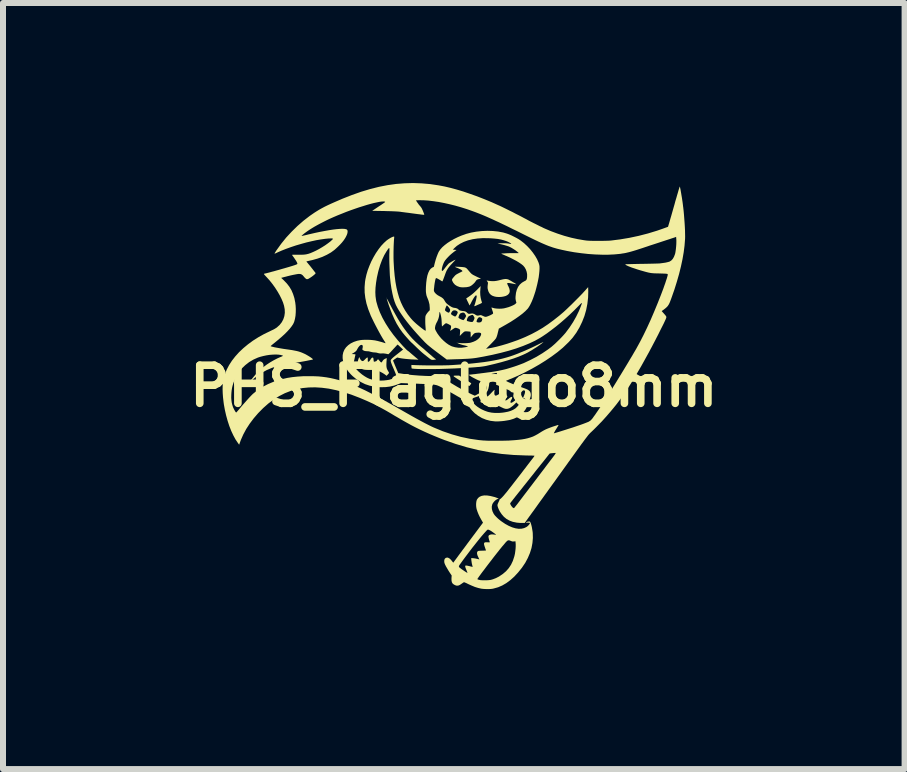
<source format=kicad_pcb>
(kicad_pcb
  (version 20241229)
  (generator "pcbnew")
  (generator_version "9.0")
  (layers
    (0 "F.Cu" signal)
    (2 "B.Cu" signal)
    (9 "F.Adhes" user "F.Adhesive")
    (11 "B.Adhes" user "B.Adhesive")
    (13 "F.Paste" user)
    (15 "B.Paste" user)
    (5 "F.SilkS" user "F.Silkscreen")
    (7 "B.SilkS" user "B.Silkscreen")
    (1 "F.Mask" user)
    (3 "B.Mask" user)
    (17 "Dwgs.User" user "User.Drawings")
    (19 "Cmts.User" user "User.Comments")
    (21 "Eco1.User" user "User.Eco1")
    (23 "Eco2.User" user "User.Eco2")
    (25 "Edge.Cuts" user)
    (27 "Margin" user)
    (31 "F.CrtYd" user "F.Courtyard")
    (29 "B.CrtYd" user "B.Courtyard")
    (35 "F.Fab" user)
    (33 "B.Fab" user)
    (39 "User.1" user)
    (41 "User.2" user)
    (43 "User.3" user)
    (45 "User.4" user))
  (footprint "PHS_Flaglogo8mm"
    (layer "F.Cu")
    (at 4.512 3.383)
    (property "Reference" "PHS_Flaglogo8mm" (at 0 0 0) (layer "F.SilkS") (effects (font (size 0.635 0.635) (thickness 0.127))))
    (attr board_only exclude_from_pos_files exclude_from_bom allow_missing_courtyard)
    (fp_poly (pts (xy -1.123 -1.481) (xy -1.125 -1.479) (xy -1.128 -1.481) (xy -1.125 -1.484)) (stroke (width 0) (type solid)) (fill yes) (layer "F.SilkS"))
    (fp_poly (pts (xy 0.05 -0.724) (xy 0.048 -0.722) (xy 0.045 -0.724) (xy 0.048 -0.727)) (stroke (width 0) (type solid)) (fill yes) (layer "F.SilkS"))
    (fp_poly (pts (xy 0.188 -0.113) (xy 0.217 -0.095) (xy 0.242 -0.078) (xy 0.263 -0.064) (xy 0.279 -0.054) (xy 0.288 -0.047) (xy 0.29 -0.045) (xy 0.288 -0.039) (xy 0.281 -0.029) (xy 0.273 -0.017) (xy 0.264 -0.007) (xy 0.257 -0.001) (xy 0.256 -0.000325) (xy 0.251 -0.003) (xy 0.239 -0.009) (xy 0.222 -0.019) (xy 0.211 -0.025) (xy 0.193 -0.036) (xy 0.169 -0.05) (xy 0.141 -0.068) (xy 0.111 -0.087) (xy 0.081 -0.106) (xy 0.076 -0.109) (xy 0.045 -0.129) (xy 0.021 -0.145) (xy 0.005 -0.156) (xy -0.003 -0.164) (xy -0.004 -0.17) (xy 0.003 -0.173) (xy 0.016 -0.174) (xy 0.036 -0.175) (xy 0.05 -0.175) (xy 0.088 -0.175)) (stroke (width 0) (type solid)) (fill yes) (layer "F.SilkS"))
    (fp_poly (pts (xy 0.443 -1.627) (xy 0.439 -1.568) (xy 0.441 -1.515) (xy 0.448 -1.467) (xy 0.453 -1.449) (xy 0.458 -1.427) (xy 0.464 -1.409) (xy 0.467 -1.397) (xy 0.469 -1.393) (xy 0.468 -1.389) (xy 0.462 -1.383) (xy 0.45 -1.376) (xy 0.429 -1.366) (xy 0.423 -1.364) (xy 0.393 -1.351) (xy 0.372 -1.341) (xy 0.357 -1.335) (xy 0.348 -1.332) (xy 0.343 -1.331) (xy 0.341 -1.331) (xy 0.341 -1.333) (xy 0.342 -1.34) (xy 0.346 -1.352) (xy 0.349 -1.359) (xy 0.354 -1.375) (xy 0.36 -1.396) (xy 0.366 -1.419) (xy 0.372 -1.443) (xy 0.376 -1.465) (xy 0.38 -1.482) (xy 0.381 -1.491) (xy 0.379 -1.504) (xy 0.376 -1.509) (xy 0.372 -1.513) (xy 0.366 -1.51) (xy 0.36 -1.506) (xy 0.348 -1.492) (xy 0.333 -1.47) (xy 0.316 -1.442) (xy 0.298 -1.409) (xy 0.298 -1.409) (xy 0.288 -1.389) (xy 0.279 -1.371) (xy 0.271 -1.359) (xy 0.27 -1.357) (xy 0.262 -1.343) (xy 0.234 -1.402) (xy 0.223 -1.423) (xy 0.215 -1.442) (xy 0.209 -1.455) (xy 0.207 -1.461) (xy 0.207 -1.461) (xy 0.211 -1.464) (xy 0.222 -1.471) (xy 0.238 -1.481) (xy 0.252 -1.491) (xy 0.291 -1.519) (xy 0.331 -1.552) (xy 0.372 -1.59) (xy 0.408 -1.626) (xy 0.447 -1.667)) (stroke (width 0) (type solid)) (fill yes) (layer "F.SilkS"))
    (fp_poly (pts (xy 0.883 -1.783) (xy 0.905 -1.777) (xy 0.915 -1.773) (xy 0.93 -1.764) (xy 0.949 -1.754) (xy 0.969 -1.742) (xy 0.99 -1.729) (xy 1.01 -1.718) (xy 1.026 -1.708) (xy 1.037 -1.7) (xy 1.042 -1.697) (xy 1.042 -1.697) (xy 1.036 -1.697) (xy 1.024 -1.699) (xy 1.006 -1.702) (xy 0.995 -1.704) (xy 0.958 -1.711) (xy 0.93 -1.716) (xy 0.91 -1.718) (xy 0.898 -1.718) (xy 0.891 -1.715) (xy 0.89 -1.713) (xy 0.89 -1.705) (xy 0.895 -1.691) (xy 0.903 -1.673) (xy 0.908 -1.664) (xy 0.924 -1.627) (xy 0.931 -1.595) (xy 0.931 -1.569) (xy 0.922 -1.546) (xy 0.905 -1.526) (xy 0.889 -1.514) (xy 0.863 -1.501) (xy 0.829 -1.492) (xy 0.792 -1.486) (xy 0.752 -1.484) (xy 0.714 -1.486) (xy 0.684 -1.491) (xy 0.647 -1.503) (xy 0.619 -1.519) (xy 0.597 -1.541) (xy 0.58 -1.569) (xy 0.571 -1.595) (xy 0.564 -1.621) (xy 0.562 -1.644) (xy 0.563 -1.666) (xy 0.565 -1.685) (xy 0.567 -1.702) (xy 0.569 -1.712) (xy 0.569 -1.712) (xy 0.568 -1.725) (xy 0.559 -1.741) (xy 0.546 -1.761) (xy 0.558 -1.758) (xy 0.568 -1.756) (xy 0.585 -1.753) (xy 0.606 -1.751) (xy 0.612 -1.75) (xy 0.644 -1.748) (xy 0.675 -1.749) (xy 0.709 -1.753) (xy 0.747 -1.761) (xy 0.779 -1.769) (xy 0.821 -1.779) (xy 0.855 -1.784)) (stroke (width 0) (type solid)) (fill yes) (layer "F.SilkS"))
    (fp_poly (pts (xy 0.036 -1.988) (xy 0.056 -1.988) (xy 0.081 -1.987) (xy 0.102 -1.986) (xy 0.136 -1.984) (xy 0.162 -1.981) (xy 0.181 -1.978) (xy 0.197 -1.972) (xy 0.211 -1.963) (xy 0.224 -1.95) (xy 0.239 -1.932) (xy 0.253 -1.916) (xy 0.269 -1.897) (xy 0.285 -1.88) (xy 0.299 -1.867) (xy 0.305 -1.863) (xy 0.324 -1.851) (xy 0.35 -1.838) (xy 0.378 -1.824) (xy 0.405 -1.811) (xy 0.426 -1.802) (xy 0.453 -1.791) (xy 0.436 -1.787) (xy 0.412 -1.782) (xy 0.396 -1.777) (xy 0.385 -1.772) (xy 0.376 -1.764) (xy 0.368 -1.753) (xy 0.366 -1.75) (xy 0.346 -1.723) (xy 0.321 -1.698) (xy 0.294 -1.676) (xy 0.268 -1.661) (xy 0.262 -1.659) (xy 0.24 -1.653) (xy 0.211 -1.648) (xy 0.179 -1.646) (xy 0.147 -1.645) (xy 0.118 -1.647) (xy 0.096 -1.651) (xy 0.095 -1.651) (xy 0.053 -1.667) (xy 0.019 -1.689) (xy -0.007 -1.718) (xy -0.02 -1.741) (xy -0.027 -1.755) (xy -0.03 -1.766) (xy -0.03 -1.775) (xy -0.026 -1.785) (xy -0.017 -1.798) (xy -0.002 -1.816) (xy 0.003 -1.822) (xy 0.017 -1.838) (xy 0.029 -1.85) (xy 0.043 -1.86) (xy 0.06 -1.87) (xy 0.083 -1.882) (xy 0.088 -1.885) (xy 0.109 -1.895) (xy 0.127 -1.904) (xy 0.139 -1.911) (xy 0.145 -1.914) (xy 0.145 -1.914) (xy 0.143 -1.918) (xy 0.136 -1.926) (xy 0.134 -1.929) (xy 0.123 -1.937) (xy 0.105 -1.947) (xy 0.083 -1.958) (xy 0.068 -1.965) (xy 0.047 -1.973) (xy 0.03 -1.981) (xy 0.02 -1.986) (xy 0.017 -1.988) (xy 0.022 -1.989)) (stroke (width 0) (type solid)) (fill yes) (layer "F.SilkS"))
    (fp_poly (pts (xy -1.113 -1.453) (xy -1.105 -1.439) (xy -1.093 -1.418) (xy -1.08 -1.392) (xy -1.069 -1.371) (xy -1.021 -1.28) (xy -0.976 -1.198) (xy -0.934 -1.124) (xy -0.893 -1.057) (xy -0.853 -0.995) (xy -0.813 -0.939) (xy -0.773 -0.887) (xy -0.733 -0.838) (xy -0.691 -0.791) (xy -0.657 -0.757) (xy -0.637 -0.737) (xy -0.614 -0.716) (xy -0.589 -0.693) (xy -0.565 -0.672) (xy -0.544 -0.654) (xy -0.529 -0.642) (xy -0.517 -0.632) (xy -0.501 -0.619) (xy -0.491 -0.61) (xy -0.478 -0.598) (xy -0.46 -0.582) (xy -0.438 -0.563) (xy -0.414 -0.542) (xy -0.389 -0.521) (xy -0.365 -0.5) (xy -0.344 -0.482) (xy -0.326 -0.467) (xy -0.314 -0.458) (xy -0.311 -0.456) (xy -0.295 -0.444) (xy -0.317 -0.44) (xy -0.341 -0.437) (xy -0.359 -0.437) (xy -0.375 -0.44) (xy -0.39 -0.448) (xy -0.408 -0.462) (xy -0.409 -0.463) (xy -0.454 -0.498) (xy -0.493 -0.529) (xy -0.527 -0.557) (xy -0.558 -0.585) (xy -0.589 -0.614) (xy -0.621 -0.644) (xy -0.622 -0.645) (xy -0.645 -0.668) (xy -0.666 -0.688) (xy -0.684 -0.705) (xy -0.697 -0.717) (xy -0.705 -0.724) (xy -0.706 -0.725) (xy -0.713 -0.731) (xy -0.725 -0.744) (xy -0.742 -0.761) (xy -0.761 -0.783) (xy -0.782 -0.806) (xy -0.802 -0.829) (xy -0.822 -0.852) (xy -0.839 -0.873) (xy -0.853 -0.89) (xy -0.855 -0.892) (xy -0.904 -0.961) (xy -0.95 -1.035) (xy -0.992 -1.118) (xy -1.032 -1.209) (xy -1.034 -1.216) (xy -1.046 -1.246) (xy -1.059 -1.28) (xy -1.072 -1.316) (xy -1.085 -1.351) (xy -1.096 -1.385) (xy -1.106 -1.416) (xy -1.114 -1.441) (xy -1.119 -1.459) (xy -1.12 -1.461) (xy -1.119 -1.461)) (stroke (width 0) (type solid)) (fill yes) (layer "F.SilkS"))
    (fp_poly (pts (xy 1.491 -0.731) (xy 1.479 -0.721) (xy 1.46 -0.706) (xy 1.436 -0.688) (xy 1.407 -0.668) (xy 1.375 -0.646) (xy 1.341 -0.625) (xy 1.307 -0.603) (xy 1.274 -0.584) (xy 1.244 -0.566) (xy 1.228 -0.557) (xy 1.16 -0.524) (xy 1.082 -0.491) (xy 0.994 -0.459) (xy 0.896 -0.428) (xy 0.788 -0.397) (xy 0.671 -0.367) (xy 0.546 -0.338) (xy 0.528 -0.334) (xy 0.51 -0.331) (xy 0.491 -0.328) (xy 0.47 -0.325) (xy 0.447 -0.322) (xy 0.422 -0.319) (xy 0.392 -0.317) (xy 0.358 -0.314) (xy 0.319 -0.311) (xy 0.274 -0.308) (xy 0.222 -0.305) (xy 0.163 -0.302) (xy 0.095 -0.298) (xy 0.018 -0.294) (xy -0.008 -0.293) (xy -0.058 -0.291) (xy -0.113 -0.289) (xy -0.173 -0.287) (xy -0.234 -0.285) (xy -0.296 -0.284) (xy -0.358 -0.283) (xy -0.417 -0.283) (xy -0.474 -0.283) (xy -0.525 -0.283) (xy -0.569 -0.284) (xy -0.606 -0.285) (xy -0.623 -0.286) (xy -0.649 -0.287) (xy -0.672 -0.289) (xy -0.69 -0.291) (xy -0.7 -0.293) (xy -0.702 -0.293) (xy -0.704 -0.3) (xy -0.706 -0.313) (xy -0.707 -0.324) (xy -0.707 -0.352) (xy -0.613 -0.348) (xy -0.571 -0.347) (xy -0.523 -0.346) (xy -0.47 -0.345) (xy -0.413 -0.344) (xy -0.354 -0.344) (xy -0.295 -0.344) (xy -0.237 -0.345) (xy -0.182 -0.345) (xy -0.131 -0.346) (xy -0.086 -0.347) (xy -0.048 -0.349) (xy -0.028 -0.35) (xy 0.097 -0.359) (xy 0.211 -0.368) (xy 0.318 -0.378) (xy 0.416 -0.389) (xy 0.507 -0.4) (xy 0.592 -0.413) (xy 0.671 -0.427) (xy 0.745 -0.442) (xy 0.815 -0.459) (xy 0.881 -0.477) (xy 0.937 -0.494) (xy 0.987 -0.511) (xy 1.043 -0.532) (xy 1.105 -0.557) (xy 1.17 -0.584) (xy 1.237 -0.613) (xy 1.303 -0.643) (xy 1.367 -0.674) (xy 1.412 -0.696) (xy 1.438 -0.709) (xy 1.46 -0.72) (xy 1.477 -0.727) (xy 1.488 -0.732) (xy 1.491 -0.732)) (stroke (width 0) (type solid)) (fill yes) (layer "F.SilkS"))
    (fp_poly (pts (xy -1.567 -0.464) (xy -1.555 -0.442) (xy -1.541 -0.426) (xy -1.527 -0.417) (xy -1.519 -0.416) (xy -1.509 -0.419) (xy -1.496 -0.429) (xy -1.479 -0.446) (xy -1.479 -0.446) (xy -1.465 -0.46) (xy -1.452 -0.471) (xy -1.443 -0.476) (xy -1.442 -0.476) (xy -1.437 -0.475) (xy -1.434 -0.469) (xy -1.434 -0.456) (xy -1.434 -0.45) (xy -1.434 -0.429) (xy -1.434 -0.416) (xy -1.432 -0.409) (xy -1.428 -0.406) (xy -1.422 -0.406) (xy -1.414 -0.409) (xy -1.404 -0.419) (xy -1.395 -0.432) (xy -1.38 -0.456) (xy -1.367 -0.47) (xy -1.355 -0.475) (xy -1.35 -0.475) (xy -1.345 -0.472) (xy -1.341 -0.465) (xy -1.339 -0.45) (xy -1.338 -0.44) (xy -1.335 -0.419) (xy -1.332 -0.406) (xy -1.328 -0.399) (xy -1.321 -0.396) (xy -1.316 -0.396) (xy -1.306 -0.399) (xy -1.295 -0.41) (xy -1.286 -0.421) (xy -1.276 -0.434) (xy -1.268 -0.443) (xy -1.264 -0.446) (xy -1.258 -0.443) (xy -1.249 -0.434) (xy -1.246 -0.43) (xy -1.229 -0.41) (xy -1.217 -0.398) (xy -1.208 -0.394) (xy -1.201 -0.397) (xy -1.194 -0.407) (xy -1.19 -0.414) (xy -1.175 -0.435) (xy -1.154 -0.451) (xy -1.134 -0.46) (xy -1.117 -0.466) (xy -1.121 -0.422) (xy -1.123 -0.381) (xy -1.124 -0.347) (xy -1.122 -0.319) (xy -1.117 -0.295) (xy -1.108 -0.273) (xy -1.096 -0.251) (xy -1.092 -0.244) (xy -1.085 -0.233) (xy -1.081 -0.225) (xy -1.081 -0.218) (xy -1.086 -0.209) (xy -1.096 -0.197) (xy -1.108 -0.185) (xy -1.12 -0.171) (xy -1.135 -0.183) (xy -1.158 -0.2) (xy -1.187 -0.218) (xy -1.219 -0.235) (xy -1.25 -0.25) (xy -1.257 -0.252) (xy -1.271 -0.258) (xy -1.282 -0.262) (xy -1.294 -0.265) (xy -1.307 -0.267) (xy -1.323 -0.268) (xy -1.345 -0.268) (xy -1.375 -0.269) (xy -1.391 -0.269) (xy -1.426 -0.269) (xy -1.453 -0.27) (xy -1.474 -0.271) (xy -1.49 -0.273) (xy -1.504 -0.276) (xy -1.518 -0.28) (xy -1.519 -0.28) (xy -1.551 -0.294) (xy -1.576 -0.313) (xy -1.594 -0.336) (xy -1.599 -0.351) (xy -1.602 -0.374) (xy -1.601 -0.402) (xy -1.595 -0.432) (xy -1.586 -0.459) (xy -1.585 -0.463) (xy -1.575 -0.484)) (stroke (width 0) (type solid)) (fill yes) (layer "F.SilkS"))
    (fp_poly (pts (xy 0.68 0.065) (xy 0.675 0.097) (xy 0.675 0.124) (xy 0.678 0.143) (xy 0.686 0.155) (xy 0.691 0.158) (xy 0.699 0.159) (xy 0.709 0.157) (xy 0.722 0.151) (xy 0.741 0.141) (xy 0.748 0.136) (xy 0.768 0.126) (xy 0.78 0.123) (xy 0.786 0.127) (xy 0.786 0.138) (xy 0.781 0.155) (xy 0.776 0.171) (xy 0.772 0.186) (xy 0.772 0.191) (xy 0.773 0.198) (xy 0.78 0.2) (xy 0.786 0.199) (xy 0.798 0.195) (xy 0.814 0.187) (xy 0.83 0.178) (xy 0.851 0.167) (xy 0.87 0.161) (xy 0.883 0.16) (xy 0.891 0.165) (xy 0.892 0.17) (xy 0.889 0.178) (xy 0.881 0.192) (xy 0.872 0.205) (xy 0.86 0.222) (xy 0.855 0.232) (xy 0.856 0.236) (xy 0.864 0.239) (xy 0.877 0.236) (xy 0.894 0.225) (xy 0.909 0.214) (xy 0.93 0.197) (xy 0.946 0.186) (xy 0.959 0.181) (xy 0.965 0.18) (xy 0.971 0.184) (xy 0.972 0.195) (xy 0.968 0.21) (xy 0.958 0.229) (xy 0.957 0.23) (xy 0.949 0.246) (xy 0.944 0.26) (xy 0.943 0.267) (xy 0.947 0.277) (xy 0.956 0.279) (xy 0.97 0.274) (xy 0.99 0.262) (xy 1.002 0.253) (xy 1.02 0.24) (xy 1.032 0.232) (xy 1.041 0.229) (xy 1.047 0.23) (xy 1.048 0.231) (xy 1.055 0.235) (xy 1.057 0.24) (xy 1.054 0.248) (xy 1.053 0.253) (xy 1.044 0.268) (xy 1.028 0.287) (xy 1.008 0.307) (xy 0.985 0.328) (xy 0.96 0.347) (xy 0.937 0.363) (xy 0.924 0.37) (xy 0.896 0.379) (xy 0.865 0.38) (xy 0.834 0.372) (xy 0.832 0.371) (xy 0.819 0.365) (xy 0.799 0.356) (xy 0.776 0.345) (xy 0.754 0.334) (xy 0.719 0.317) (xy 0.689 0.305) (xy 0.66 0.296) (xy 0.631 0.289) (xy 0.598 0.285) (xy 0.559 0.282) (xy 0.54 0.282) (xy 0.508 0.28) (xy 0.486 0.279) (xy 0.47 0.277) (xy 0.459 0.275) (xy 0.453 0.273) (xy 0.449 0.269) (xy 0.448 0.268) (xy 0.443 0.254) (xy 0.448 0.24) (xy 0.463 0.225) (xy 0.488 0.209) (xy 0.522 0.193) (xy 0.539 0.185) (xy 0.553 0.179) (xy 0.565 0.171) (xy 0.577 0.161) (xy 0.591 0.148) (xy 0.609 0.13) (xy 0.625 0.113) (xy 0.647 0.09) (xy 0.663 0.074) (xy 0.674 0.065) (xy 0.679 0.062)) (stroke (width 0) (type solid)) (fill yes) (layer "F.SilkS"))
    (fp_poly (pts (xy 0.554 1.823) (xy 0.608 1.831) (xy 0.668 1.846) (xy 0.683 1.85) (xy 0.709 1.859) (xy 0.728 1.867) (xy 0.741 1.873) (xy 0.746 1.877) (xy 0.743 1.88) (xy 0.74 1.88) (xy 0.723 1.884) (xy 0.703 1.896) (xy 0.683 1.912) (xy 0.664 1.933) (xy 0.649 1.954) (xy 0.64 1.973) (xy 0.632 2.01) (xy 0.634 2.049) (xy 0.645 2.089) (xy 0.664 2.128) (xy 0.67 2.137) (xy 0.687 2.159) (xy 0.711 2.184) (xy 0.738 2.21) (xy 0.768 2.235) (xy 0.793 2.254) (xy 0.855 2.296) (xy 0.915 2.329) (xy 0.973 2.354) (xy 1.027 2.37) (xy 1.079 2.378) (xy 1.126 2.377) (xy 1.17 2.367) (xy 1.209 2.349) (xy 1.215 2.345) (xy 1.231 2.333) (xy 1.246 2.318) (xy 1.259 2.302) (xy 1.267 2.289) (xy 1.268 2.283) (xy 1.265 2.279) (xy 1.256 2.277) (xy 1.239 2.276) (xy 1.232 2.276) (xy 1.214 2.276) (xy 1.204 2.275) (xy 1.201 2.273) (xy 1.204 2.27) (xy 1.208 2.267) (xy 1.22 2.262) (xy 1.237 2.258) (xy 1.243 2.257) (xy 1.258 2.256) (xy 1.267 2.258) (xy 1.272 2.264) (xy 1.276 2.271) (xy 1.284 2.29) (xy 1.292 2.318) (xy 1.3 2.351) (xy 1.306 2.387) (xy 1.312 2.423) (xy 1.315 2.448) (xy 1.317 2.531) (xy 1.31 2.614) (xy 1.294 2.699) (xy 1.268 2.782) (xy 1.233 2.864) (xy 1.19 2.945) (xy 1.138 3.022) (xy 1.133 3.029) (xy 1.07 3.107) (xy 1.006 3.176) (xy 0.941 3.234) (xy 0.875 3.283) (xy 0.808 3.322) (xy 0.739 3.352) (xy 0.668 3.372) (xy 0.647 3.377) (xy 0.614 3.381) (xy 0.575 3.383) (xy 0.533 3.382) (xy 0.493 3.38) (xy 0.458 3.376) (xy 0.406 3.364) (xy 0.351 3.347) (xy 0.291 3.322) (xy 0.251 3.304) (xy 0.226 3.292) (xy 0.204 3.281) (xy 0.186 3.274) (xy 0.174 3.269) (xy 0.171 3.268) (xy 0.163 3.271) (xy 0.15 3.279) (xy 0.134 3.291) (xy 0.13 3.293) (xy 0.101 3.313) (xy 0.075 3.324) (xy 0.049 3.326) (xy 0.022 3.318) (xy -0.002 3.305) (xy -0.02 3.29) (xy -0.032 3.27) (xy -0.038 3.245) (xy -0.039 3.218) (xy 0.393 3.218) (xy 0.393 3.219) (xy 0.393 3.219) (xy 0.416 3.228) (xy 0.447 3.234) (xy 0.488 3.236) (xy 0.531 3.236) (xy 0.563 3.235) (xy 0.587 3.233) (xy 0.607 3.231) (xy 0.625 3.227) (xy 0.644 3.221) (xy 0.647 3.221) (xy 0.701 3.2) (xy 0.752 3.174) (xy 0.804 3.139) (xy 0.816 3.131) (xy 0.87 3.085) (xy 0.915 3.034) (xy 0.953 2.977) (xy 0.983 2.914) (xy 1.006 2.844) (xy 1.009 2.834) (xy 1.018 2.795) (xy 1.024 2.752) (xy 1.029 2.709) (xy 1.031 2.669) (xy 1.031 2.634) (xy 1.03 2.624) (xy 1.027 2.586) (xy 1.003 2.589) (xy 0.981 2.59) (xy 0.962 2.585) (xy 0.957 2.583) (xy 0.937 2.575) (xy 0.921 2.57) (xy 0.908 2.57) (xy 0.895 2.575) (xy 0.882 2.586) (xy 0.865 2.603) (xy 0.846 2.626) (xy 0.831 2.644) (xy 0.819 2.658) (xy 0.81 2.668) (xy 0.807 2.672) (xy 0.802 2.677) (xy 0.793 2.689) (xy 0.779 2.706) (xy 0.761 2.728) (xy 0.742 2.753) (xy 0.72 2.78) (xy 0.698 2.808) (xy 0.676 2.836) (xy 0.655 2.863) (xy 0.637 2.887) (xy 0.621 2.908) (xy 0.619 2.91) (xy 0.575 2.967) (xy 0.537 3.017) (xy 0.505 3.06) (xy 0.477 3.096) (xy 0.454 3.127) (xy 0.436 3.152) (xy 0.421 3.172) (xy 0.41 3.188) (xy 0.402 3.2) (xy 0.396 3.208) (xy 0.393 3.214) (xy 0.393 3.218) (xy -0.039 3.218) (xy -0.039 3.212) (xy -0.039 3.201) (xy -0.036 3.156) (xy -0.055 3.128) (xy -0.073 3.101) (xy -0.092 3.071) (xy -0.11 3.04) (xy -0.127 3.011) (xy -0.131 3.005) (xy 0.084 3.005) (xy 0.085 3.01) (xy 0.087 3.015) (xy 0.091 3.02) (xy 0.099 3.027) (xy 0.114 3.039) (xy 0.134 3.054) (xy 0.158 3.07) (xy 0.184 3.088) (xy 0.211 3.105) (xy 0.213 3.106) (xy 0.222 3.111) (xy 0.226 3.111) (xy 0.226 3.105) (xy 0.221 3.093) (xy 0.213 3.073) (xy 0.2 3.042) (xy 0.192 3.019) (xy 0.189 3.004) (xy 0.191 2.994) (xy 0.198 2.99) (xy 0.212 2.991) (xy 0.233 2.994) (xy 0.244 2.997) (xy 0.266 3.002) (xy 0.285 3.007) (xy 0.299 3.01) (xy 0.304 3.011) (xy 0.314 3.014) (xy 0.305 2.977) (xy 0.299 2.952) (xy 0.295 2.924) (xy 0.292 2.904) (xy 0.289 2.867) (xy 0.311 2.867) (xy 0.332 2.869) (xy 0.359 2.873) (xy 0.391 2.88) (xy 0.412 2.885) (xy 0.426 2.889) (xy 0.408 2.852) (xy 0.394 2.821) (xy 0.387 2.794) (xy 0.387 2.772) (xy 0.394 2.757) (xy 0.396 2.755) (xy 0.402 2.75) (xy 0.41 2.747) (xy 0.421 2.745) (xy 0.439 2.744) (xy 0.464 2.743) (xy 0.472 2.743) (xy 0.496 2.742) (xy 0.516 2.741) (xy 0.53 2.74) (xy 0.536 2.739) (xy 0.536 2.739) (xy 0.535 2.734) (xy 0.53 2.722) (xy 0.524 2.705) (xy 0.522 2.698) (xy 0.511 2.666) (xy 0.504 2.641) (xy 0.503 2.623) (xy 0.507 2.612) (xy 0.517 2.605) (xy 0.534 2.602) (xy 0.558 2.603) (xy 0.56 2.603) (xy 0.581 2.604) (xy 0.593 2.604) (xy 0.598 2.603) (xy 0.599 2.6) (xy 0.599 2.597) (xy 0.594 2.583) (xy 0.588 2.564) (xy 0.583 2.544) (xy 0.579 2.525) (xy 0.577 2.513) (xy 0.576 2.511) (xy 0.58 2.493) (xy 0.591 2.482) (xy 0.609 2.475) (xy 0.627 2.472) (xy 0.648 2.472) (xy 0.669 2.474) (xy 0.68 2.475) (xy 0.693 2.478) (xy 0.701 2.477) (xy 0.702 2.476) (xy 0.698 2.471) (xy 0.687 2.462) (xy 0.672 2.451) (xy 0.654 2.438) (xy 0.636 2.425) (xy 0.618 2.413) (xy 0.603 2.405) (xy 0.6 2.403) (xy 0.585 2.396) (xy 0.572 2.392) (xy 0.567 2.391) (xy 0.56 2.395) (xy 0.547 2.406) (xy 0.53 2.425) (xy 0.508 2.449) (xy 0.482 2.479) (xy 0.452 2.514) (xy 0.42 2.554) (xy 0.385 2.597) (xy 0.348 2.644) (xy 0.309 2.693) (xy 0.27 2.744) (xy 0.23 2.797) (xy 0.19 2.85) (xy 0.155 2.897) (xy 0.132 2.929) (xy 0.114 2.954) (xy 0.1 2.973) (xy 0.091 2.987) (xy 0.086 2.997) (xy 0.084 3.005) (xy -0.131 3.005) (xy -0.14 2.986) (xy -0.146 2.975) (xy -0.157 2.946) (xy -0.16 2.919) (xy -0.158 2.895) (xy -0.149 2.876) (xy -0.134 2.863) (xy -0.114 2.858) (xy -0.11 2.857) (xy -0.091 2.862) (xy -0.07 2.874) (xy -0.049 2.894) (xy -0.03 2.917) (xy -0.02 2.93) (xy -0.013 2.939) (xy -0.01 2.942) (xy -0.006 2.939) (xy -0.001 2.932) (xy 0.004 2.925) (xy 0.014 2.911) (xy 0.028 2.892) (xy 0.045 2.869) (xy 0.065 2.842) (xy 0.077 2.825) (xy 0.1 2.794) (xy 0.125 2.761) (xy 0.148 2.729) (xy 0.17 2.701) (xy 0.187 2.677) (xy 0.191 2.672) (xy 0.204 2.655) (xy 0.221 2.631) (xy 0.243 2.602) (xy 0.268 2.568) (xy 0.295 2.532) (xy 0.324 2.493) (xy 0.353 2.455) (xy 0.36 2.445) (xy 0.486 2.276) (xy 0.456 2.224) (xy 0.433 2.182) (xy 0.412 2.138) (xy 0.395 2.096) (xy 0.382 2.057) (xy 0.378 2.042) (xy 0.373 2.013) (xy 0.371 1.981) (xy 0.372 1.95) (xy 0.376 1.921) (xy 0.382 1.899) (xy 0.385 1.892) (xy 0.405 1.864) (xy 0.432 1.843) (xy 0.466 1.829) (xy 0.507 1.822)) (stroke (width 0) (type solid)) (fill yes) (layer "F.SilkS"))
    (fp_poly (pts (xy -0.539 -3.378) (xy -0.398 -3.366) (xy -0.256 -3.345) (xy -0.155 -3.326) (xy -0.057 -3.303) (xy 0.047 -3.275) (xy 0.157 -3.242) (xy 0.271 -3.203) (xy 0.389 -3.161) (xy 0.509 -3.114) (xy 0.63 -3.064) (xy 0.75 -3.01) (xy 0.764 -3.004) (xy 0.796 -2.989) (xy 0.835 -2.97) (xy 0.88 -2.948) (xy 0.928 -2.924) (xy 0.979 -2.899) (xy 1.03 -2.872) (xy 1.08 -2.847) (xy 1.128 -2.822) (xy 1.171 -2.799) (xy 1.208 -2.78) (xy 1.226 -2.77) (xy 1.242 -2.761) (xy 1.266 -2.748) (xy 1.296 -2.733) (xy 1.329 -2.716) (xy 1.364 -2.699) (xy 1.4 -2.681) (xy 1.433 -2.664) (xy 1.464 -2.65) (xy 1.489 -2.637) (xy 1.506 -2.629) (xy 1.616 -2.582) (xy 1.729 -2.54) (xy 1.842 -2.503) (xy 1.956 -2.472) (xy 2.066 -2.448) (xy 2.172 -2.43) (xy 2.208 -2.425) (xy 2.233 -2.423) (xy 2.267 -2.421) (xy 2.307 -2.42) (xy 2.351 -2.419) (xy 2.398 -2.419) (xy 2.445 -2.419) (xy 2.492 -2.42) (xy 2.536 -2.421) (xy 2.575 -2.422) (xy 2.607 -2.424) (xy 2.619 -2.425) (xy 2.77 -2.444) (xy 2.925 -2.47) (xy 3.08 -2.503) (xy 3.235 -2.543) (xy 3.386 -2.589) (xy 3.478 -2.621) (xy 3.569 -2.654) (xy 3.581 -2.694) (xy 3.585 -2.706) (xy 3.591 -2.727) (xy 3.599 -2.755) (xy 3.609 -2.791) (xy 3.621 -2.831) (xy 3.634 -2.877) (xy 3.648 -2.926) (xy 3.663 -2.979) (xy 3.678 -3.031) (xy 3.692 -3.084) (xy 3.707 -3.133) (xy 3.72 -3.179) (xy 3.732 -3.219) (xy 3.742 -3.255) (xy 3.751 -3.284) (xy 3.758 -3.306) (xy 3.763 -3.32) (xy 3.765 -3.325) (xy 3.765 -3.325) (xy 3.768 -3.318) (xy 3.771 -3.302) (xy 3.776 -3.28) (xy 3.781 -3.251) (xy 3.787 -3.217) (xy 3.793 -3.18) (xy 3.8 -3.14) (xy 3.806 -3.099) (xy 3.812 -3.059) (xy 3.817 -3.02) (xy 3.821 -2.984) (xy 3.822 -2.98) (xy 3.829 -2.918) (xy 3.835 -2.853) (xy 3.84 -2.787) (xy 3.845 -2.721) (xy 3.849 -2.657) (xy 3.852 -2.596) (xy 3.853 -2.541) (xy 3.854 -2.491) (xy 3.853 -2.45) (xy 3.852 -2.441) (xy 3.844 -2.338) (xy 3.83 -2.229) (xy 3.81 -2.113) (xy 3.784 -1.992) (xy 3.753 -1.867) (xy 3.716 -1.738) (xy 3.675 -1.607) (xy 3.629 -1.476) (xy 3.614 -1.435) (xy 3.601 -1.401) (xy 3.589 -1.374) (xy 3.576 -1.351) (xy 3.563 -1.332) (xy 3.547 -1.315) (xy 3.527 -1.297) (xy 3.503 -1.278) (xy 3.474 -1.257) (xy 3.464 -1.25) (xy 3.467 -1.246) (xy 3.475 -1.236) (xy 3.487 -1.223) (xy 3.496 -1.213) (xy 3.511 -1.196) (xy 3.525 -1.18) (xy 3.534 -1.167) (xy 3.537 -1.163) (xy 3.54 -1.156) (xy 3.541 -1.149) (xy 3.54 -1.14) (xy 3.536 -1.128) (xy 3.528 -1.109) (xy 3.524 -1.1) (xy 3.513 -1.076) (xy 3.498 -1.044) (xy 3.479 -1.006) (xy 3.457 -0.963) (xy 3.433 -0.915) (xy 3.408 -0.864) (xy 3.381 -0.812) (xy 3.354 -0.759) (xy 3.326 -0.706) (xy 3.3 -0.656) (xy 3.274 -0.608) (xy 3.251 -0.564) (xy 3.237 -0.539) (xy 3.178 -0.432) (xy 3.123 -0.333) (xy 3.07 -0.242) (xy 3.021 -0.158) (xy 2.974 -0.08) (xy 2.928 -0.007) (xy 2.884 0.062) (xy 2.84 0.127) (xy 2.796 0.189) (xy 2.752 0.249) (xy 2.707 0.308) (xy 2.66 0.366) (xy 2.611 0.425) (xy 2.56 0.484) (xy 2.541 0.506) (xy 2.505 0.546) (xy 2.465 0.59) (xy 2.42 0.636) (xy 2.375 0.682) (xy 2.331 0.726) (xy 2.29 0.765) (xy 2.277 0.777) (xy 2.266 0.788) (xy 2.253 0.802) (xy 2.239 0.818) (xy 2.223 0.839) (xy 2.204 0.864) (xy 2.181 0.894) (xy 2.154 0.931) (xy 2.122 0.974) (xy 2.105 0.998) (xy 2.076 1.038) (xy 2.047 1.078) (xy 2.019 1.117) (xy 1.993 1.153) (xy 1.97 1.185) (xy 1.95 1.212) (xy 1.936 1.233) (xy 1.93 1.241) (xy 1.912 1.265) (xy 1.891 1.295) (xy 1.868 1.327) (xy 1.844 1.36) (xy 1.827 1.384) (xy 1.814 1.402) (xy 1.796 1.427) (xy 1.773 1.459) (xy 1.746 1.496) (xy 1.716 1.538) (xy 1.684 1.583) (xy 1.649 1.631) (xy 1.613 1.681) (xy 1.576 1.732) (xy 1.555 1.762) (xy 1.517 1.814) (xy 1.48 1.866) (xy 1.442 1.918) (xy 1.406 1.968) (xy 1.372 2.016) (xy 1.341 2.059) (xy 1.312 2.099) (xy 1.288 2.132) (xy 1.269 2.159) (xy 1.261 2.169) (xy 1.181 2.281) (xy 1.128 2.28) (xy 1.102 2.28) (xy 1.076 2.278) (xy 1.054 2.276) (xy 1.046 2.275) (xy 0.983 2.262) (xy 0.928 2.242) (xy 0.878 2.214) (xy 0.835 2.179) (xy 0.797 2.135) (xy 0.768 2.092) (xy 0.752 2.062) (xy 0.74 2.034) (xy 0.731 2.008) (xy 0.727 1.988) (xy 0.727 1.984) (xy 0.729 1.972) (xy 0.735 1.955) (xy 0.736 1.953) (xy 0.939 1.953) (xy 0.94 1.963) (xy 0.946 1.978) (xy 0.956 1.994) (xy 0.968 2.01) (xy 0.981 2.024) (xy 0.993 2.032) (xy 1.001 2.034) (xy 1.006 2.03) (xy 1.016 2.019) (xy 1.029 2.002) (xy 1.046 1.981) (xy 1.065 1.957) (xy 1.07 1.95) (xy 1.089 1.925) (xy 1.113 1.893) (xy 1.14 1.858) (xy 1.169 1.819) (xy 1.199 1.78) (xy 1.228 1.742) (xy 1.238 1.729) (xy 1.265 1.693) (xy 1.293 1.657) (xy 1.32 1.621) (xy 1.345 1.588) (xy 1.368 1.558) (xy 1.386 1.535) (xy 1.392 1.526) (xy 1.409 1.504) (xy 1.43 1.476) (xy 1.455 1.443) (xy 1.481 1.409) (xy 1.508 1.374) (xy 1.527 1.348) (xy 1.552 1.315) (xy 1.578 1.281) (xy 1.603 1.248) (xy 1.627 1.217) (xy 1.646 1.192) (xy 1.658 1.176) (xy 1.678 1.149) (xy 1.691 1.13) (xy 1.697 1.118) (xy 1.697 1.114) (xy 1.69 1.114) (xy 1.676 1.115) (xy 1.658 1.116) (xy 1.638 1.118) (xy 1.62 1.12) (xy 1.605 1.122) (xy 1.597 1.124) (xy 1.597 1.124) (xy 1.593 1.128) (xy 1.584 1.139) (xy 1.57 1.157) (xy 1.552 1.18) (xy 1.53 1.208) (xy 1.504 1.241) (xy 1.475 1.277) (xy 1.444 1.315) (xy 1.428 1.336) (xy 1.393 1.379) (xy 1.358 1.423) (xy 1.324 1.467) (xy 1.291 1.508) (xy 1.26 1.547) (xy 1.233 1.581) (xy 1.21 1.61) (xy 1.192 1.632) (xy 1.191 1.634) (xy 1.167 1.663) (xy 1.14 1.698) (xy 1.11 1.736) (xy 1.079 1.774) (xy 1.049 1.812) (xy 1.031 1.834) (xy 1.008 1.864) (xy 0.987 1.89) (xy 0.969 1.914) (xy 0.954 1.932) (xy 0.944 1.946) (xy 0.939 1.952) (xy 0.939 1.953) (xy 0.736 1.953) (xy 0.744 1.936) (xy 0.744 1.934) (xy 0.753 1.917) (xy 0.759 1.902) (xy 0.762 1.893) (xy 0.762 1.892) (xy 0.765 1.886) (xy 0.767 1.885) (xy 0.775 1.881) (xy 0.789 1.869) (xy 0.807 1.851) (xy 0.83 1.826) (xy 0.855 1.796) (xy 0.877 1.77) (xy 0.9 1.741) (xy 0.927 1.706) (xy 0.959 1.666) (xy 0.992 1.623) (xy 1.027 1.578) (xy 1.062 1.533) (xy 1.096 1.489) (xy 1.128 1.448) (xy 1.155 1.412) (xy 1.171 1.391) (xy 1.191 1.366) (xy 1.211 1.339) (xy 1.23 1.314) (xy 1.246 1.293) (xy 1.248 1.291) (xy 1.279 1.25) (xy 1.305 1.217) (xy 1.324 1.192) (xy 1.337 1.174) (xy 1.343 1.163) (xy 1.344 1.161) (xy 1.339 1.16) (xy 1.325 1.159) (xy 1.304 1.158) (xy 1.277 1.157) (xy 1.244 1.157) (xy 1.208 1.156) (xy 1.197 1.156) (xy 0.997 1.148) (xy 0.8 1.131) (xy 0.604 1.104) (xy 0.41 1.067) (xy 0.218 1.02) (xy 0.027 0.963) (xy -0.162 0.897) (xy -0.236 0.868) (xy -0.324 0.832) (xy -0.407 0.797) (xy -0.485 0.762) (xy -0.56 0.727) (xy -0.635 0.69) (xy -0.71 0.651) (xy -0.788 0.608) (xy -0.87 0.562) (xy -0.958 0.51) (xy -0.978 0.499) (xy -1.051 0.455) (xy -1.118 0.416) (xy -1.179 0.382) (xy -1.236 0.351) (xy -1.29 0.322) (xy -1.342 0.296) (xy -1.394 0.272) (xy -1.447 0.248) (xy -1.503 0.224) (xy -1.562 0.199) (xy -1.577 0.193) (xy -1.71 0.142) (xy -1.839 0.101) (xy -1.963 0.068) (xy -2.083 0.043) (xy -2.198 0.028) (xy -2.31 0.021) (xy -2.417 0.023) (xy -2.52 0.033) (xy -2.619 0.052) (xy -2.719 0.081) (xy -2.816 0.119) (xy -2.91 0.167) (xy -3.001 0.224) (xy -3.09 0.29) (xy -3.176 0.366) (xy -3.26 0.451) (xy -3.334 0.537) (xy -3.401 0.626) (xy -3.459 0.715) (xy -3.508 0.806) (xy -3.548 0.896) (xy -3.559 0.926) (xy -3.577 0.977) (xy -3.598 0.948) (xy -3.637 0.89) (xy -3.674 0.822) (xy -3.709 0.747) (xy -3.741 0.666) (xy -3.769 0.58) (xy -3.794 0.49) (xy -3.815 0.398) (xy -3.832 0.304) (xy -3.837 0.266) (xy -3.845 0.196) (xy -3.709 0.196) (xy -3.706 0.236) (xy -3.701 0.274) (xy -3.692 0.311) (xy -3.684 0.338) (xy -3.677 0.357) (xy -3.667 0.378) (xy -3.657 0.398) (xy -3.646 0.416) (xy -3.637 0.431) (xy -3.629 0.439) (xy -3.626 0.44) (xy -3.621 0.436) (xy -3.611 0.425) (xy -3.598 0.41) (xy -3.584 0.394) (xy -3.561 0.366) (xy -3.535 0.335) (xy -3.507 0.303) (xy -3.478 0.27) (xy -3.449 0.237) (xy -3.422 0.207) (xy -3.397 0.18) (xy -3.375 0.157) (xy -3.358 0.14) (xy -3.348 0.13) (xy -3.271 0.068) (xy -3.187 0.014) (xy -3.096 -0.033) (xy -2.999 -0.074) (xy -2.933 -0.096) (xy -2.853 -0.118) (xy -2.774 -0.136) (xy -2.692 -0.149) (xy -2.606 -0.158) (xy -2.514 -0.164) (xy -2.415 -0.165) (xy -2.412 -0.165) (xy -2.33 -0.164) (xy -2.255 -0.161) (xy -2.186 -0.154) (xy -2.119 -0.145) (xy -2.052 -0.133) (xy -1.982 -0.117) (xy -1.974 -0.115) (xy -1.916 -0.1) (xy -1.858 -0.082) (xy -1.799 -0.063) (xy -1.74 -0.042) (xy -1.678 -0.018) (xy -1.614 0.009) (xy -1.546 0.04) (xy -1.475 0.073) (xy -1.4 0.111) (xy -1.32 0.152) (xy -1.234 0.198) (xy -1.141 0.249) (xy -1.042 0.304) (xy -0.936 0.365) (xy -0.897 0.387) (xy -0.799 0.443) (xy -0.709 0.494) (xy -0.627 0.54) (xy -0.553 0.58) (xy -0.486 0.616) (xy -0.427 0.646) (xy -0.375 0.672) (xy -0.331 0.692) (xy -0.183 0.753) (xy -0.034 0.804) (xy 0.115 0.846) (xy 0.266 0.878) (xy 0.418 0.9) (xy 0.494 0.907) (xy 0.52 0.908) (xy 0.555 0.91) (xy 0.596 0.911) (xy 0.642 0.911) (xy 0.691 0.911) (xy 0.741 0.911) (xy 0.791 0.911) (xy 0.838 0.91) (xy 0.881 0.909) (xy 0.919 0.908) (xy 0.93 0.907) (xy 1.006 0.902) (xy 1.073 0.896) (xy 1.132 0.889) (xy 1.185 0.88) (xy 1.233 0.869) (xy 1.277 0.856) (xy 1.319 0.841) (xy 1.358 0.822) (xy 1.398 0.8) (xy 1.43 0.78) (xy 1.465 0.758) (xy 1.498 0.739) (xy 1.531 0.722) (xy 1.566 0.707) (xy 1.605 0.692) (xy 1.649 0.676) (xy 1.699 0.66) (xy 1.733 0.649) (xy 1.742 0.648) (xy 1.744 0.65) (xy 1.742 0.656) (xy 1.735 0.668) (xy 1.724 0.686) (xy 1.711 0.707) (xy 1.704 0.719) (xy 1.69 0.741) (xy 1.679 0.761) (xy 1.671 0.776) (xy 1.667 0.784) (xy 1.666 0.786) (xy 1.672 0.786) (xy 1.683 0.783) (xy 1.685 0.783) (xy 1.696 0.779) (xy 1.714 0.774) (xy 1.737 0.767) (xy 1.763 0.759) (xy 1.77 0.757) (xy 1.846 0.733) (xy 1.918 0.71) (xy 1.985 0.689) (xy 2.046 0.668) (xy 2.102 0.649) (xy 2.15 0.632) (xy 2.192 0.616) (xy 2.225 0.603) (xy 2.249 0.593) (xy 2.251 0.591) (xy 2.274 0.577) (xy 2.295 0.556) (xy 2.305 0.545) (xy 2.317 0.529) (xy 2.333 0.506) (xy 2.354 0.478) (xy 2.376 0.445) (xy 2.401 0.409) (xy 2.426 0.372) (xy 2.451 0.336) (xy 2.474 0.3) (xy 2.494 0.27) (xy 2.51 0.244) (xy 2.526 0.219) (xy 2.541 0.196) (xy 2.553 0.178) (xy 2.554 0.175) (xy 2.58 0.136) (xy 2.609 0.09) (xy 2.641 0.038) (xy 2.676 -0.018) (xy 2.713 -0.078) (xy 2.751 -0.141) (xy 2.79 -0.204) (xy 2.829 -0.268) (xy 2.867 -0.331) (xy 2.904 -0.392) (xy 2.938 -0.45) (xy 2.971 -0.504) (xy 2.999 -0.553) (xy 3.024 -0.595) (xy 3.044 -0.63) (xy 3.045 -0.632) (xy 3.102 -0.736) (xy 3.16 -0.849) (xy 3.219 -0.971) (xy 3.279 -1.102) (xy 3.338 -1.24) (xy 3.398 -1.385) (xy 3.409 -1.413) (xy 3.43 -1.466) (xy 3.451 -1.519) (xy 3.471 -1.572) (xy 3.49 -1.622) (xy 3.507 -1.671) (xy 3.523 -1.715) (xy 3.536 -1.756) (xy 3.548 -1.791) (xy 3.556 -1.819) (xy 3.562 -1.84) (xy 3.564 -1.853) (xy 3.564 -1.854) (xy 3.564 -1.863) (xy 3.56 -1.868) (xy 3.551 -1.87) (xy 3.538 -1.872) (xy 3.525 -1.873) (xy 3.504 -1.874) (xy 3.477 -1.875) (xy 3.445 -1.876) (xy 3.412 -1.877) (xy 3.404 -1.877) (xy 3.365 -1.878) (xy 3.335 -1.879) (xy 3.311 -1.881) (xy 3.29 -1.883) (xy 3.271 -1.886) (xy 3.251 -1.89) (xy 3.241 -1.892) (xy 3.201 -1.902) (xy 3.155 -1.915) (xy 3.106 -1.929) (xy 3.057 -1.944) (xy 3.01 -1.96) (xy 2.967 -1.974) (xy 2.939 -1.985) (xy 2.906 -1.998) (xy 2.883 -2.009) (xy 2.868 -2.017) (xy 2.86 -2.023) (xy 2.858 -2.028) (xy 2.859 -2.029) (xy 2.865 -2.03) (xy 2.88 -2.031) (xy 2.902 -2.031) (xy 2.932 -2.032) (xy 2.969 -2.033) (xy 3.01 -2.034) (xy 3.056 -2.035) (xy 3.106 -2.036) (xy 3.127 -2.036) (xy 3.18 -2.037) (xy 3.23 -2.038) (xy 3.279 -2.039) (xy 3.323 -2.04) (xy 3.362 -2.041) (xy 3.396 -2.042) (xy 3.421 -2.043) (xy 3.438 -2.044) (xy 3.441 -2.045) (xy 3.487 -2.051) (xy 3.528 -2.057) (xy 3.562 -2.065) (xy 3.589 -2.072) (xy 3.596 -2.075) (xy 3.624 -2.093) (xy 3.648 -2.119) (xy 3.668 -2.154) (xy 3.685 -2.198) (xy 3.69 -2.217) (xy 3.695 -2.247) (xy 3.7 -2.283) (xy 3.704 -2.323) (xy 3.707 -2.364) (xy 3.708 -2.402) (xy 3.708 -2.434) (xy 3.707 -2.444) (xy 3.704 -2.486) (xy 3.683 -2.478) (xy 3.672 -2.474) (xy 3.653 -2.468) (xy 3.628 -2.46) (xy 3.599 -2.45) (xy 3.568 -2.44) (xy 3.562 -2.438) (xy 3.537 -2.43) (xy 3.504 -2.419) (xy 3.464 -2.406) (xy 3.419 -2.391) (xy 3.37 -2.375) (xy 3.318 -2.358) (xy 3.265 -2.341) (xy 3.213 -2.323) (xy 3.206 -2.321) (xy 3.141 -2.299) (xy 3.085 -2.281) (xy 3.036 -2.265) (xy 2.993 -2.252) (xy 2.955 -2.241) (xy 2.922 -2.232) (xy 2.892 -2.225) (xy 2.863 -2.218) (xy 2.836 -2.213) (xy 2.808 -2.209) (xy 2.779 -2.204) (xy 2.771 -2.203) (xy 2.677 -2.194) (xy 2.575 -2.189) (xy 2.467 -2.189) (xy 2.355 -2.193) (xy 2.24 -2.201) (xy 2.123 -2.214) (xy 2.006 -2.23) (xy 1.889 -2.251) (xy 1.796 -2.271) (xy 1.758 -2.28) (xy 1.721 -2.289) (xy 1.686 -2.299) (xy 1.652 -2.309) (xy 1.618 -2.321) (xy 1.583 -2.333) (xy 1.545 -2.348) (xy 1.505 -2.365) (xy 1.461 -2.384) (xy 1.413 -2.406) (xy 1.36 -2.431) (xy 1.3 -2.46) (xy 1.233 -2.493) (xy 1.158 -2.53) (xy 1.148 -2.535) (xy 1.056 -2.581) (xy 0.971 -2.622) (xy 0.895 -2.66) (xy 0.824 -2.694) (xy 0.76 -2.725) (xy 0.7 -2.752) (xy 0.645 -2.778) (xy 0.593 -2.801) (xy 0.544 -2.823) (xy 0.497 -2.843) (xy 0.451 -2.862) (xy 0.405 -2.88) (xy 0.359 -2.898) (xy 0.315 -2.914) (xy 0.222 -2.947) (xy 0.127 -2.977) (xy 0.03 -3.005) (xy -0.066 -3.029) (xy -0.161 -3.05) (xy -0.254 -3.068) (xy -0.343 -3.081) (xy -0.427 -3.091) (xy -0.505 -3.096) (xy -0.575 -3.097) (xy -0.578 -3.097) (xy -0.632 -3.095) (xy -0.61 -3.061) (xy -0.596 -3.042) (xy -0.583 -3.023) (xy -0.571 -3.009) (xy -0.57 -3.008) (xy -0.556 -2.992) (xy -0.543 -2.975) (xy -0.54 -2.97) (xy -0.533 -2.958) (xy -0.525 -2.941) (xy -0.516 -2.921) (xy -0.508 -2.9) (xy -0.5 -2.881) (xy -0.495 -2.865) (xy -0.493 -2.856) (xy -0.493 -2.854) (xy -0.499 -2.854) (xy -0.513 -2.855) (xy -0.535 -2.857) (xy -0.563 -2.861) (xy -0.597 -2.865) (xy -0.635 -2.87) (xy -0.673 -2.875) (xy -0.717 -2.881) (xy -0.76 -2.887) (xy -0.802 -2.892) (xy -0.839 -2.897) (xy -0.871 -2.901) (xy -0.896 -2.905) (xy -0.907 -2.906) (xy -0.93 -2.908) (xy -0.962 -2.91) (xy -1.003 -2.912) (xy -1.05 -2.914) (xy -1.104 -2.915) (xy -1.162 -2.917) (xy -1.36 -2.92) (xy -1.248 -2.995) (xy -1.214 -3.017) (xy -1.188 -3.035) (xy -1.169 -3.048) (xy -1.156 -3.057) (xy -1.148 -3.064) (xy -1.145 -3.068) (xy -1.145 -3.071) (xy -1.148 -3.073) (xy -1.15 -3.074) (xy -1.171 -3.076) (xy -1.201 -3.075) (xy -1.238 -3.07) (xy -1.281 -3.061) (xy -1.332 -3.05) (xy -1.387 -3.036) (xy -1.447 -3.019) (xy -1.511 -2.999) (xy -1.579 -2.978) (xy -1.649 -2.954) (xy -1.72 -2.929) (xy -1.793 -2.902) (xy -1.865 -2.873) (xy -1.938 -2.844) (xy -2.008 -2.814) (xy -2.035 -2.802) (xy -2.071 -2.786) (xy -2.113 -2.766) (xy -2.157 -2.744) (xy -2.202 -2.721) (xy -2.246 -2.698) (xy -2.286 -2.676) (xy -2.32 -2.657) (xy -2.335 -2.648) (xy -2.368 -2.628) (xy -2.401 -2.607) (xy -2.433 -2.586) (xy -2.462 -2.565) (xy -2.488 -2.546) (xy -2.509 -2.529) (xy -2.523 -2.517) (xy -2.524 -2.516) (xy -2.539 -2.5) (xy -2.524 -2.503) (xy -2.515 -2.505) (xy -2.497 -2.509) (xy -2.474 -2.514) (xy -2.445 -2.521) (xy -2.414 -2.529) (xy -2.404 -2.531) (xy -2.313 -2.552) (xy -2.228 -2.57) (xy -2.149 -2.585) (xy -2.076 -2.598) (xy -2.01 -2.608) (xy -1.951 -2.615) (xy -1.9 -2.619) (xy -1.857 -2.621) (xy -1.822 -2.619) (xy -1.796 -2.614) (xy -1.787 -2.611) (xy -1.775 -2.6) (xy -1.77 -2.583) (xy -1.771 -2.561) (xy -1.777 -2.534) (xy -1.79 -2.503) (xy -1.808 -2.469) (xy -1.831 -2.434) (xy -1.84 -2.422) (xy -1.864 -2.392) (xy -1.894 -2.359) (xy -1.927 -2.326) (xy -1.961 -2.294) (xy -1.989 -2.269) (xy -2.048 -2.226) (xy -2.115 -2.188) (xy -2.19 -2.153) (xy -2.271 -2.124) (xy -2.357 -2.1) (xy -2.402 -2.09) (xy -2.423 -2.085) (xy -2.441 -2.081) (xy -2.453 -2.078) (xy -2.456 -2.077) (xy -2.454 -2.073) (xy -2.448 -2.064) (xy -2.445 -2.061) (xy -2.437 -2.052) (xy -2.425 -2.037) (xy -2.409 -2.018) (xy -2.391 -1.996) (xy -2.373 -1.973) (xy -2.354 -1.949) (xy -2.337 -1.927) (xy -2.322 -1.908) (xy -2.311 -1.894) (xy -2.304 -1.884) (xy -2.303 -1.882) (xy -2.305 -1.876) (xy -2.315 -1.865) (xy -2.329 -1.852) (xy -2.348 -1.837) (xy -2.368 -1.822) (xy -2.389 -1.808) (xy -2.408 -1.796) (xy -2.425 -1.786) (xy -2.437 -1.782) (xy -2.45 -1.781) (xy -2.463 -1.787) (xy -2.477 -1.799) (xy -2.495 -1.818) (xy -2.5 -1.825) (xy -2.519 -1.847) (xy -2.537 -1.86) (xy -2.556 -1.867) (xy -2.58 -1.869) (xy -2.592 -1.868) (xy -2.614 -1.865) (xy -2.645 -1.859) (xy -2.681 -1.852) (xy -2.722 -1.843) (xy -2.767 -1.832) (xy -2.812 -1.82) (xy -2.818 -1.819) (xy -2.877 -1.803) (xy -2.835 -1.764) (xy -2.784 -1.711) (xy -2.741 -1.656) (xy -2.706 -1.598) (xy -2.679 -1.535) (xy -2.657 -1.466) (xy -2.642 -1.39) (xy -2.636 -1.339) (xy -2.633 -1.284) (xy -2.634 -1.227) (xy -2.638 -1.172) (xy -2.647 -1.12) (xy -2.659 -1.075) (xy -2.663 -1.064) (xy -2.678 -1.032) (xy -2.702 -0.996) (xy -2.734 -0.955) (xy -2.774 -0.911) (xy -2.821 -0.864) (xy -2.875 -0.815) (xy -2.936 -0.763) (xy -3.002 -0.709) (xy -3.021 -0.694) (xy -3.036 -0.681) (xy -3.048 -0.671) (xy -3.052 -0.667) (xy -3.053 -0.666) (xy -3.048 -0.663) (xy -3.035 -0.658) (xy -3.014 -0.653) (xy -2.986 -0.646) (xy -2.953 -0.64) (xy -2.915 -0.633) (xy -2.875 -0.626) (xy -2.832 -0.619) (xy -2.797 -0.614) (xy -2.741 -0.606) (xy -2.693 -0.599) (xy -2.652 -0.591) (xy -2.617 -0.584) (xy -2.586 -0.576) (xy -2.558 -0.567) (xy -2.531 -0.557) (xy -2.504 -0.545) (xy -2.475 -0.532) (xy -2.474 -0.531) (xy -2.452 -0.519) (xy -2.428 -0.505) (xy -2.405 -0.491) (xy -2.384 -0.477) (xy -2.366 -0.464) (xy -2.353 -0.453) (xy -2.347 -0.446) (xy -2.347 -0.444) (xy -2.353 -0.442) (xy -2.368 -0.438) (xy -2.392 -0.433) (xy -2.423 -0.427) (xy -2.462 -0.419) (xy -2.506 -0.411) (xy -2.556 -0.402) (xy -2.61 -0.393) (xy -2.668 -0.383) (xy -2.697 -0.378) (xy -2.742 -0.37) (xy -2.786 -0.363) (xy -2.827 -0.355) (xy -2.863 -0.348) (xy -2.895 -0.342) (xy -2.919 -0.337) (xy -2.935 -0.334) (xy -2.936 -0.333) (xy -3.029 -0.304) (xy -3.118 -0.266) (xy -3.204 -0.219) (xy -3.284 -0.164) (xy -3.358 -0.103) (xy -3.37 -0.091) (xy -3.386 -0.077) (xy -3.395 -0.07) (xy -3.398 -0.071) (xy -3.394 -0.078) (xy -3.384 -0.093) (xy -3.367 -0.116) (xy -3.364 -0.12) (xy -3.331 -0.161) (xy -3.292 -0.205) (xy -3.249 -0.248) (xy -3.206 -0.289) (xy -3.17 -0.319) (xy -3.119 -0.357) (xy -3.061 -0.395) (xy -3.001 -0.43) (xy -2.941 -0.461) (xy -2.894 -0.482) (xy -2.871 -0.491) (xy -2.857 -0.498) (xy -2.849 -0.502) (xy -2.848 -0.505) (xy -2.851 -0.508) (xy -2.856 -0.51) (xy -2.887 -0.519) (xy -2.925 -0.524) (xy -2.969 -0.526) (xy -3.018 -0.524) (xy -3.07 -0.52) (xy -3.122 -0.512) (xy -3.174 -0.501) (xy -3.224 -0.488) (xy -3.264 -0.475) (xy -3.34 -0.441) (xy -3.411 -0.399) (xy -3.475 -0.349) (xy -3.533 -0.293) (xy -3.583 -0.23) (xy -3.626 -0.16) (xy -3.66 -0.085) (xy -3.674 -0.048) (xy -3.687 -0.005) (xy -3.696 0.033) (xy -3.702 0.071) (xy -3.706 0.112) (xy -3.708 0.148) (xy -3.709 0.196) (xy -3.845 0.196) (xy -3.846 0.188) (xy -3.851 0.118) (xy -3.853 0.055) (xy -3.852 -0.003) (xy -3.847 -0.057) (xy -3.838 -0.109) (xy -3.826 -0.161) (xy -3.813 -0.201) (xy -3.784 -0.275) (xy -3.745 -0.349) (xy -3.698 -0.422) (xy -3.642 -0.494) (xy -3.579 -0.564) (xy -3.508 -0.631) (xy -3.431 -0.695) (xy -3.348 -0.756) (xy -3.26 -0.812) (xy -3.167 -0.864) (xy -3.114 -0.89) (xy -3.074 -0.909) (xy -3.042 -0.925) (xy -3.016 -0.937) (xy -2.996 -0.947) (xy -2.981 -0.956) (xy -2.968 -0.964) (xy -2.957 -0.971) (xy -2.947 -0.978) (xy -2.945 -0.98) (xy -2.902 -1.019) (xy -2.867 -1.064) (xy -2.841 -1.113) (xy -2.824 -1.165) (xy -2.816 -1.221) (xy -2.818 -1.279) (xy -2.829 -1.338) (xy -2.829 -1.338) (xy -2.846 -1.393) (xy -2.871 -1.452) (xy -2.902 -1.514) (xy -2.939 -1.578) (xy -2.98 -1.642) (xy -3.025 -1.704) (xy -3.072 -1.763) (xy -3.122 -1.818) (xy -3.128 -1.824) (xy -3.146 -1.844) (xy -3.158 -1.857) (xy -3.163 -1.866) (xy -3.162 -1.87) (xy -3.162 -1.87) (xy -3.153 -1.874) (xy -3.15 -1.875) (xy -3.142 -1.876) (xy -3.125 -1.88) (xy -3.101 -1.886) (xy -3.07 -1.894) (xy -3.035 -1.904) (xy -2.996 -1.914) (xy -2.954 -1.926) (xy -2.91 -1.938) (xy -2.866 -1.951) (xy -2.823 -1.963) (xy -2.782 -1.975) (xy -2.744 -1.986) (xy -2.711 -1.996) (xy -2.682 -2.005) (xy -2.661 -2.012) (xy -2.651 -2.015) (xy -2.63 -2.023) (xy -2.616 -2.029) (xy -2.609 -2.034) (xy -2.607 -2.04) (xy -2.607 -2.043) (xy -2.61 -2.052) (xy -2.618 -2.069) (xy -2.63 -2.09) (xy -2.647 -2.115) (xy -2.665 -2.142) (xy -2.677 -2.158) (xy -2.687 -2.172) (xy -2.694 -2.182) (xy -2.697 -2.187) (xy -2.692 -2.187) (xy -2.679 -2.188) (xy -2.658 -2.188) (xy -2.632 -2.188) (xy -2.602 -2.189) (xy -2.588 -2.189) (xy -2.551 -2.189) (xy -2.522 -2.189) (xy -2.5 -2.19) (xy -2.482 -2.192) (xy -2.466 -2.194) (xy -2.451 -2.197) (xy -2.435 -2.201) (xy -2.429 -2.202) (xy -2.39 -2.215) (xy -2.345 -2.234) (xy -2.296 -2.257) (xy -2.245 -2.284) (xy -2.194 -2.314) (xy -2.145 -2.345) (xy -2.1 -2.377) (xy -2.059 -2.408) (xy -2.044 -2.422) (xy -2.027 -2.437) (xy -2.017 -2.448) (xy -2.015 -2.455) (xy -2.021 -2.459) (xy -2.036 -2.461) (xy -2.06 -2.46) (xy -2.077 -2.46) (xy -2.141 -2.454) (xy -2.213 -2.444) (xy -2.29 -2.431) (xy -2.372 -2.413) (xy -2.457 -2.393) (xy -2.543 -2.369) (xy -2.629 -2.344) (xy -2.713 -2.316) (xy -2.794 -2.287) (xy -2.87 -2.257) (xy -2.941 -2.226) (xy -2.946 -2.223) (xy -2.965 -2.214) (xy -2.978 -2.209) (xy -2.985 -2.207) (xy -2.987 -2.211) (xy -2.982 -2.22) (xy -2.972 -2.236) (xy -2.957 -2.26) (xy -2.951 -2.268) (xy -2.876 -2.372) (xy -2.793 -2.475) (xy -2.702 -2.573) (xy -2.606 -2.667) (xy -2.505 -2.755) (xy -2.4 -2.836) (xy -2.323 -2.889) (xy -2.282 -2.915) (xy -2.241 -2.94) (xy -2.198 -2.964) (xy -2.153 -2.988) (xy -2.104 -3.012) (xy -2.05 -3.037) (xy -1.989 -3.064) (xy -1.922 -3.093) (xy -1.855 -3.122) (xy -1.697 -3.184) (xy -1.544 -3.238) (xy -1.394 -3.283) (xy -1.247 -3.32) (xy -1.103 -3.348) (xy -0.961 -3.368) (xy -0.82 -3.379) (xy -0.68 -3.383)) (stroke (width 0) (type solid)) (fill yes) (layer "F.SilkS"))
    (fp_poly (pts (xy 0.65 -2.584) (xy 0.738 -2.575) (xy 0.822 -2.559) (xy 0.884 -2.541) (xy 0.919 -2.528) (xy 0.959 -2.511) (xy 1.001 -2.49) (xy 1.042 -2.469) (xy 1.081 -2.447) (xy 1.112 -2.426) (xy 1.115 -2.424) (xy 1.17 -2.381) (xy 1.223 -2.332) (xy 1.272 -2.28) (xy 1.316 -2.225) (xy 1.355 -2.169) (xy 1.387 -2.114) (xy 1.411 -2.059) (xy 1.421 -2.028) (xy 1.427 -1.999) (xy 1.428 -1.962) (xy 1.426 -1.918) (xy 1.421 -1.868) (xy 1.414 -1.814) (xy 1.403 -1.757) (xy 1.39 -1.697) (xy 1.375 -1.637) (xy 1.359 -1.577) (xy 1.34 -1.519) (xy 1.321 -1.464) (xy 1.3 -1.412) (xy 1.283 -1.376) (xy 1.267 -1.344) (xy 1.25 -1.316) (xy 1.235 -1.294) (xy 1.23 -1.288) (xy 1.192 -1.249) (xy 1.144 -1.207) (xy 1.087 -1.164) (xy 1.021 -1.118) (xy 0.947 -1.07) (xy 0.863 -1.021) (xy 0.826 -1) (xy 0.75 -0.957) (xy 0.733 -0.889) (xy 0.726 -0.86) (xy 0.718 -0.833) (xy 0.71 -0.812) (xy 0.703 -0.797) (xy 0.696 -0.787) (xy 0.683 -0.771) (xy 0.665 -0.751) (xy 0.643 -0.728) (xy 0.62 -0.704) (xy 0.614 -0.698) (xy 0.537 -0.621) (xy 0.558 -0.624) (xy 0.633 -0.638) (xy 0.714 -0.656) (xy 0.8 -0.679) (xy 0.888 -0.705) (xy 0.977 -0.735) (xy 1.065 -0.766) (xy 1.149 -0.8) (xy 1.196 -0.82) (xy 1.294 -0.866) (xy 1.388 -0.916) (xy 1.48 -0.97) (xy 1.571 -1.031) (xy 1.662 -1.098) (xy 1.756 -1.172) (xy 1.83 -1.235) (xy 1.855 -1.258) (xy 1.885 -1.286) (xy 1.92 -1.32) (xy 1.958 -1.356) (xy 1.997 -1.395) (xy 2.036 -1.434) (xy 2.074 -1.472) (xy 2.11 -1.509) (xy 2.142 -1.542) (xy 2.168 -1.571) (xy 2.183 -1.587) (xy 2.238 -1.649) (xy 2.24 -1.575) (xy 2.237 -1.473) (xy 2.225 -1.37) (xy 2.205 -1.267) (xy 2.176 -1.167) (xy 2.138 -1.07) (xy 2.093 -0.977) (xy 2.041 -0.889) (xy 1.981 -0.807) (xy 1.976 -0.801) (xy 1.96 -0.783) (xy 1.938 -0.759) (xy 1.913 -0.732) (xy 1.885 -0.705) (xy 1.857 -0.678) (xy 1.832 -0.654) (xy 1.815 -0.638) (xy 1.728 -0.566) (xy 1.632 -0.495) (xy 1.529 -0.425) (xy 1.42 -0.357) (xy 1.306 -0.292) (xy 1.189 -0.23) (xy 1.07 -0.173) (xy 0.96 -0.125) (xy 0.933 -0.115) (xy 0.91 -0.105) (xy 0.891 -0.097) (xy 0.878 -0.092) (xy 0.875 -0.091) (xy 0.872 -0.088) (xy 0.874 -0.084) (xy 0.882 -0.079) (xy 0.898 -0.071) (xy 0.91 -0.065) (xy 1.025 -0.016) (xy 1.128 0.02) (xy 1.172 0.035) (xy 1.208 0.049) (xy 1.235 0.062) (xy 1.255 0.077) (xy 1.269 0.092) (xy 1.277 0.11) (xy 1.282 0.13) (xy 1.282 0.135) (xy 1.283 0.148) (xy 1.282 0.16) (xy 1.279 0.175) (xy 1.274 0.193) (xy 1.266 0.218) (xy 1.258 0.241) (xy 1.241 0.29) (xy 1.224 0.331) (xy 1.208 0.365) (xy 1.191 0.394) (xy 1.172 0.42) (xy 1.151 0.444) (xy 1.146 0.449) (xy 1.102 0.487) (xy 1.054 0.519) (xy 0.999 0.544) (xy 0.938 0.563) (xy 0.925 0.566) (xy 0.885 0.573) (xy 0.841 0.58) (xy 0.794 0.585) (xy 0.749 0.588) (xy 0.708 0.589) (xy 0.684 0.588) (xy 0.609 0.579) (xy 0.537 0.56) (xy 0.469 0.533) (xy 0.406 0.496) (xy 0.348 0.452) (xy 0.296 0.399) (xy 0.25 0.339) (xy 0.249 0.338) (xy 0.235 0.316) (xy 0.222 0.296) (xy 0.213 0.279) (xy 0.207 0.269) (xy 0.205 0.264) (xy 0.201 0.259) (xy 0.197 0.254) (xy 0.19 0.248) (xy 0.18 0.241) (xy 0.175 0.237) (xy 0.312 0.237) (xy 0.316 0.259) (xy 0.32 0.268) (xy 0.336 0.293) (xy 0.36 0.318) (xy 0.391 0.343) (xy 0.428 0.368) (xy 0.468 0.39) (xy 0.512 0.41) (xy 0.556 0.426) (xy 0.58 0.433) (xy 0.632 0.443) (xy 0.689 0.448) (xy 0.75 0.448) (xy 0.811 0.443) (xy 0.846 0.438) (xy 0.902 0.427) (xy 0.949 0.413) (xy 0.989 0.395) (xy 1.025 0.373) (xy 1.056 0.344) (xy 1.086 0.309) (xy 1.115 0.266) (xy 1.126 0.248) (xy 1.129 0.243) (xy 1.133 0.244) (xy 1.139 0.251) (xy 1.148 0.265) (xy 1.165 0.292) (xy 1.176 0.273) (xy 1.185 0.256) (xy 1.19 0.24) (xy 1.191 0.236) (xy 1.192 0.223) (xy 1.188 0.214) (xy 1.183 0.21) (xy 1.171 0.203) (xy 1.162 0.201) (xy 1.155 0.198) (xy 1.155 0.194) (xy 1.17 0.157) (xy 1.181 0.128) (xy 1.186 0.105) (xy 1.187 0.089) (xy 1.184 0.079) (xy 1.183 0.078) (xy 1.172 0.071) (xy 1.157 0.072) (xy 1.143 0.081) (xy 1.139 0.086) (xy 1.116 0.111) (xy 1.097 0.128) (xy 1.081 0.138) (xy 1.075 0.141) (xy 1.063 0.144) (xy 1.055 0.142) (xy 1.046 0.135) (xy 1.043 0.131) (xy 1.028 0.121) (xy 1.008 0.112) (xy 0.985 0.106) (xy 0.97 0.105) (xy 0.962 0.102) (xy 0.951 0.094) (xy 0.944 0.088) (xy 0.928 0.075) (xy 0.909 0.064) (xy 0.903 0.062) (xy 0.848 0.039) (xy 0.82 0.023) (xy 0.806 0.016) (xy 0.786 0.007) (xy 0.763 -0.002) (xy 0.75 -0.006) (xy 0.728 -0.014) (xy 0.714 -0.019) (xy 0.706 -0.024) (xy 0.703 -0.028) (xy 0.703 -0.033) (xy 0.706 -0.042) (xy 0.71 -0.058) (xy 0.714 -0.075) (xy 0.719 -0.096) (xy 0.721 -0.118) (xy 0.721 -0.145) (xy 0.721 -0.162) (xy 0.72 -0.184) (xy 0.718 -0.202) (xy 0.717 -0.215) (xy 0.716 -0.218) (xy 0.71 -0.219) (xy 0.696 -0.217) (xy 0.677 -0.213) (xy 0.655 -0.208) (xy 0.632 -0.203) (xy 0.613 -0.199) (xy 0.6 -0.196) (xy 0.595 -0.196) (xy 0.595 -0.191) (xy 0.594 -0.178) (xy 0.593 -0.158) (xy 0.593 -0.133) (xy 0.593 -0.114) (xy 0.591 -0.053) (xy 0.585 -0.001) (xy 0.576 0.042) (xy 0.564 0.076) (xy 0.548 0.101) (xy 0.545 0.104) (xy 0.525 0.121) (xy 0.494 0.138) (xy 0.454 0.155) (xy 0.404 0.172) (xy 0.376 0.181) (xy 0.354 0.188) (xy 0.335 0.195) (xy 0.322 0.201) (xy 0.317 0.204) (xy 0.312 0.218) (xy 0.312 0.237) (xy 0.175 0.237) (xy 0.167 0.232) (xy 0.149 0.221) (xy 0.126 0.207) (xy 0.097 0.19) (xy 0.061 0.17) (xy 0.018 0.145) (xy -0.01 0.129) (xy -0.065 0.098) (xy -0.112 0.072) (xy -0.152 0.05) (xy -0.186 0.031) (xy -0.215 0.016) (xy -0.239 0.004) (xy -0.26 -0.005) (xy -0.278 -0.012) (xy -0.295 -0.017) (xy -0.311 -0.02) (xy -0.326 -0.023) (xy -0.342 -0.025) (xy -0.368 -0.027) (xy -0.403 -0.029) (xy -0.446 -0.032) (xy -0.496 -0.035) (xy -0.552 -0.037) (xy -0.614 -0.04) (xy -0.68 -0.043) (xy -0.745 -0.045) (xy -0.881 -0.05) (xy -0.925 -0.032) (xy -0.995 -0.008) (xy -1.064 0.008) (xy -1.135 0.017) (xy -1.211 0.019) (xy -1.233 0.019) (xy -1.318 0.011) (xy -1.4 -0.006) (xy -1.478 -0.032) (xy -1.551 -0.068) (xy -1.621 -0.112) (xy -1.685 -0.165) (xy -1.715 -0.194) (xy -1.762 -0.248) (xy -1.8 -0.304) (xy -1.828 -0.36) (xy -1.846 -0.417) (xy -1.853 -0.466) (xy -1.852 -0.516) (xy -1.848 -0.534) (xy -1.702 -0.534) (xy -1.671 -0.532) (xy -1.654 -0.531) (xy -1.643 -0.529) (xy -1.639 -0.527) (xy -1.64 -0.52) (xy -1.643 -0.507) (xy -1.648 -0.487) (xy -1.652 -0.468) (xy -1.66 -0.432) (xy -1.666 -0.404) (xy -1.668 -0.382) (xy -1.668 -0.364) (xy -1.665 -0.348) (xy -1.659 -0.333) (xy -1.657 -0.328) (xy -1.64 -0.302) (xy -1.617 -0.272) (xy -1.586 -0.241) (xy -1.55 -0.21) (xy -1.528 -0.192) (xy -1.486 -0.163) (xy -1.447 -0.14) (xy -1.409 -0.122) (xy -1.368 -0.109) (xy -1.333 -0.1) (xy -1.299 -0.094) (xy -1.257 -0.091) (xy -1.211 -0.091) (xy -1.165 -0.093) (xy -1.121 -0.098) (xy -1.082 -0.104) (xy -1.07 -0.107) (xy -1.044 -0.115) (xy -1.018 -0.124) (xy -0.995 -0.133) (xy -0.988 -0.137) (xy -0.97 -0.146) (xy -0.961 -0.152) (xy -0.956 -0.159) (xy -0.956 -0.166) (xy -0.956 -0.166) (xy -0.958 -0.175) (xy -0.964 -0.191) (xy -0.972 -0.213) (xy -0.983 -0.24) (xy -0.995 -0.268) (xy -0.995 -0.269) (xy -1.013 -0.311) (xy -1.028 -0.345) (xy -1.038 -0.372) (xy -1.046 -0.393) (xy -1.05 -0.409) (xy -1.052 -0.421) (xy -1.053 -0.425) (xy -1.051 -0.432) (xy -1.046 -0.441) (xy -1.038 -0.451) (xy -1.024 -0.465) (xy -1.005 -0.482) (xy -0.98 -0.503) (xy -0.947 -0.529) (xy -0.924 -0.547) (xy -0.846 -0.609) (xy -0.89 -0.65) (xy -0.907 -0.666) (xy -0.922 -0.68) (xy -0.932 -0.688) (xy -0.937 -0.692) (xy -0.937 -0.692) (xy -0.941 -0.688) (xy -0.951 -0.678) (xy -0.965 -0.663) (xy -0.983 -0.643) (xy -1.004 -0.621) (xy -1.012 -0.612) (xy -1.034 -0.588) (xy -1.053 -0.567) (xy -1.07 -0.55) (xy -1.082 -0.538) (xy -1.089 -0.532) (xy -1.091 -0.531) (xy -1.099 -0.532) (xy -1.113 -0.535) (xy -1.131 -0.539) (xy -1.131 -0.539) (xy -1.174 -0.545) (xy -1.198 -0.544) (xy -1.223 -0.543) (xy -1.247 -0.546) (xy -1.266 -0.551) (xy -1.288 -0.557) (xy -1.312 -0.56) (xy -1.329 -0.561) (xy -1.35 -0.563) (xy -1.374 -0.568) (xy -1.386 -0.571) (xy -1.416 -0.579) (xy -1.447 -0.581) (xy -1.449 -0.581) (xy -1.472 -0.583) (xy -1.491 -0.587) (xy -1.504 -0.593) (xy -1.517 -0.6) (xy -1.523 -0.607) (xy -1.524 -0.616) (xy -1.521 -0.63) (xy -1.519 -0.639) (xy -1.517 -0.66) (xy -1.52 -0.676) (xy -1.526 -0.683) (xy -1.54 -0.687) (xy -1.556 -0.682) (xy -1.573 -0.668) (xy -1.591 -0.646) (xy -1.609 -0.616) (xy -1.609 -0.615) (xy -1.619 -0.597) (xy -1.628 -0.585) (xy -1.64 -0.574) (xy -1.657 -0.562) (xy -1.664 -0.557) (xy -1.702 -0.534) (xy -1.848 -0.534) (xy -1.842 -0.563) (xy -1.823 -0.607) (xy -1.796 -0.646) (xy -1.76 -0.681) (xy -1.718 -0.711) (xy -1.667 -0.736) (xy -1.61 -0.755) (xy -1.562 -0.765) (xy -1.529 -0.769) (xy -1.488 -0.771) (xy -1.443 -0.771) (xy -1.397 -0.77) (xy -1.353 -0.766) (xy -1.313 -0.761) (xy -1.296 -0.757) (xy -1.271 -0.752) (xy -1.242 -0.744) (xy -1.211 -0.736) (xy -1.181 -0.727) (xy -1.156 -0.719) (xy -1.14 -0.714) (xy -1.138 -0.716) (xy -1.142 -0.725) (xy -1.151 -0.741) (xy -1.154 -0.745) (xy -1.182 -0.789) (xy -1.212 -0.84) (xy -1.243 -0.896) (xy -1.275 -0.955) (xy -1.306 -1.014) (xy -1.335 -1.071) (xy -1.361 -1.125) (xy -1.384 -1.173) (xy -1.389 -1.186) (xy -1.427 -1.283) (xy -1.456 -1.377) (xy -1.475 -1.469) (xy -1.486 -1.559) (xy -1.486 -1.566) (xy -1.308 -1.566) (xy -1.305 -1.497) (xy -1.296 -1.432) (xy -1.291 -1.406) (xy -1.266 -1.319) (xy -1.232 -1.229) (xy -1.189 -1.137) (xy -1.137 -1.044) (xy -1.077 -0.95) (xy -1.008 -0.855) (xy -0.932 -0.761) (xy -0.848 -0.667) (xy -0.815 -0.633) (xy -0.798 -0.615) (xy -0.783 -0.601) (xy -0.771 -0.591) (xy -0.766 -0.587) (xy -0.765 -0.587) (xy -0.76 -0.583) (xy -0.749 -0.575) (xy -0.734 -0.562) (xy -0.723 -0.552) (xy -0.702 -0.534) (xy -0.677 -0.513) (xy -0.652 -0.492) (xy -0.637 -0.479) (xy -0.589 -0.44) (xy -0.667 -0.443) (xy -0.713 -0.445) (xy -0.76 -0.449) (xy -0.805 -0.453) (xy -0.847 -0.458) (xy -0.882 -0.463) (xy -0.91 -0.469) (xy -0.911 -0.469) (xy -0.944 -0.476) (xy -0.978 -0.453) (xy -0.994 -0.442) (xy -1.006 -0.432) (xy -1.012 -0.426) (xy -1.013 -0.425) (xy -1.011 -0.419) (xy -1.005 -0.406) (xy -0.997 -0.386) (xy -0.987 -0.361) (xy -0.975 -0.332) (xy -0.969 -0.318) (xy -0.926 -0.216) (xy -0.895 -0.211) (xy -0.797 -0.196) (xy -0.692 -0.184) (xy -0.58 -0.175) (xy -0.464 -0.169) (xy -0.384 -0.167) (xy -0.218 -0.164) (xy -0.163 -0.126) (xy -0.057 -0.056) (xy 0.056 0.012) (xy 0.171 0.075) (xy 0.281 0.129) (xy 0.304 0.14) (xy 0.325 0.149) (xy 0.34 0.156) (xy 0.348 0.16) (xy 0.349 0.16) (xy 0.354 0.158) (xy 0.366 0.152) (xy 0.384 0.142) (xy 0.407 0.129) (xy 0.434 0.115) (xy 0.448 0.107) (xy 0.546 0.054) (xy 0.547 0.036) (xy 0.547 0.024) (xy 0.549 0.004) (xy 0.551 -0.02) (xy 0.553 -0.043) (xy 0.559 -0.104) (xy 0.546 -0.09) (xy 0.53 -0.079) (xy 0.51 -0.074) (xy 0.485 -0.074) (xy 0.463 -0.078) (xy 0.442 -0.084) (xy 0.414 -0.094) (xy 0.383 -0.108) (xy 0.35 -0.125) (xy 0.317 -0.142) (xy 0.286 -0.16) (xy 0.276 -0.167) (xy 0.243 -0.188) (xy 0.301 -0.194) (xy 0.325 -0.197) (xy 0.357 -0.2) (xy 0.392 -0.205) (xy 0.428 -0.209) (xy 0.454 -0.213) (xy 0.489 -0.217) (xy 0.527 -0.222) (xy 0.564 -0.227) (xy 0.596 -0.231) (xy 0.614 -0.233) (xy 0.678 -0.243) (xy 0.747 -0.255) (xy 0.816 -0.27) (xy 0.855 -0.279) (xy 0.885 -0.287) (xy 0.921 -0.298) (xy 0.963 -0.311) (xy 1.007 -0.325) (xy 1.051 -0.34) (xy 1.092 -0.355) (xy 1.129 -0.369) (xy 1.16 -0.381) (xy 1.165 -0.383) (xy 1.272 -0.433) (xy 1.376 -0.487) (xy 1.474 -0.546) (xy 1.566 -0.608) (xy 1.625 -0.652) (xy 1.654 -0.677) (xy 1.688 -0.707) (xy 1.724 -0.742) (xy 1.762 -0.779) (xy 1.798 -0.816) (xy 1.831 -0.852) (xy 1.859 -0.884) (xy 1.869 -0.897) (xy 1.93 -0.979) (xy 1.987 -1.066) (xy 2.038 -1.156) (xy 2.082 -1.246) (xy 2.102 -1.293) (xy 2.116 -1.329) (xy 2.126 -1.355) (xy 2.132 -1.372) (xy 2.133 -1.382) (xy 2.129 -1.384) (xy 2.121 -1.378) (xy 2.107 -1.365) (xy 2.088 -1.345) (xy 2.076 -1.333) (xy 2.007 -1.263) (xy 1.934 -1.193) (xy 1.857 -1.123) (xy 1.78 -1.056) (xy 1.702 -0.992) (xy 1.625 -0.933) (xy 1.551 -0.878) (xy 1.48 -0.83) (xy 1.439 -0.804) (xy 1.353 -0.756) (xy 1.258 -0.711) (xy 1.153 -0.668) (xy 1.039 -0.627) (xy 0.916 -0.589) (xy 0.784 -0.554) (xy 0.643 -0.521) (xy 0.494 -0.491) (xy 0.399 -0.474) (xy 0.369 -0.469) (xy 0.339 -0.465) (xy 0.306 -0.461) (xy 0.27 -0.458) (xy 0.229 -0.455) (xy 0.182 -0.453) (xy 0.128 -0.45) (xy 0.066 -0.448) (xy 0.023 -0.447) (xy -0.118 -0.442) (xy -0.275 -0.56) (xy -0.32 -0.594) (xy -0.358 -0.623) (xy -0.389 -0.648) (xy -0.416 -0.67) (xy -0.439 -0.689) (xy -0.458 -0.707) (xy -0.476 -0.724) (xy -0.486 -0.734) (xy -0.551 -0.803) (xy -0.614 -0.872) (xy -0.674 -0.94) (xy -0.731 -1.008) (xy -0.783 -1.073) (xy -0.831 -1.136) (xy -0.873 -1.196) (xy -0.91 -1.252) (xy -0.94 -1.302) (xy -0.963 -1.347) (xy -0.965 -1.35) (xy -0.987 -1.406) (xy -1.007 -1.47) (xy -1.024 -1.544) (xy -1.04 -1.626) (xy -1.053 -1.715) (xy -1.063 -1.808) (xy -1.066 -1.845) (xy -1.068 -1.89) (xy -1.07 -1.941) (xy -1.072 -1.994) (xy -1.074 -2.049) (xy -1.075 -2.102) (xy -1.075 -2.151) (xy -1.075 -2.194) (xy -1.074 -2.216) (xy -1.073 -2.251) (xy -1.073 -2.277) (xy -1.074 -2.293) (xy -1.077 -2.301) (xy -1.082 -2.299) (xy -1.09 -2.29) (xy -1.103 -2.273) (xy -1.119 -2.248) (xy -1.121 -2.246) (xy -1.16 -2.18) (xy -1.195 -2.105) (xy -1.226 -2.022) (xy -1.253 -1.933) (xy -1.261 -1.902) (xy -1.282 -1.808) (xy -1.296 -1.721) (xy -1.305 -1.64) (xy -1.308 -1.566) (xy -1.486 -1.566) (xy -1.487 -1.648) (xy -1.48 -1.737) (xy -1.473 -1.781) (xy -1.457 -1.854) (xy -1.435 -1.929) (xy -1.407 -2.003) (xy -1.375 -2.077) (xy -1.338 -2.148) (xy -1.298 -2.216) (xy -1.255 -2.279) (xy -1.211 -2.336) (xy -1.164 -2.386) (xy -1.118 -2.428) (xy -1.091 -2.447) (xy -1.069 -2.461) (xy -1.046 -2.474) (xy -1.025 -2.484) (xy -1.008 -2.49) (xy -1.001 -2.491) (xy -0.995 -2.49) (xy -0.993 -2.485) (xy -0.994 -2.473) (xy -0.994 -2.469) (xy -0.997 -2.444) (xy -0.999 -2.411) (xy -1.001 -2.371) (xy -1.003 -2.327) (xy -1.004 -2.279) (xy -1.005 -2.23) (xy -1.005 -2.181) (xy -1.005 -2.135) (xy -1.004 -2.092) (xy -1.003 -2.069) (xy -0.996 -1.95) (xy -0.986 -1.839) (xy -0.973 -1.737) (xy -0.956 -1.642) (xy -0.935 -1.554) (xy -0.911 -1.472) (xy -0.882 -1.396) (xy -0.848 -1.324) (xy -0.81 -1.257) (xy -0.767 -1.193) (xy -0.719 -1.132) (xy -0.689 -1.098) (xy -0.672 -1.081) (xy -0.651 -1.061) (xy -0.627 -1.039) (xy -0.601 -1.017) (xy -0.575 -0.996) (xy -0.549 -0.975) (xy -0.525 -0.957) (xy -0.504 -0.941) (xy -0.487 -0.93) (xy -0.474 -0.924) (xy -0.469 -0.923) (xy -0.468 -0.929) (xy -0.469 -0.942) (xy -0.47 -0.961) (xy -0.47 -0.965) (xy -0.314 -0.965) (xy -0.313 -0.953) (xy -0.308 -0.938) (xy -0.299 -0.92) (xy -0.275 -0.878) (xy -0.244 -0.835) (xy -0.209 -0.793) (xy -0.169 -0.754) (xy -0.128 -0.719) (xy -0.087 -0.69) (xy -0.046 -0.668) (xy -0.03 -0.661) (xy 0.02 -0.647) (xy 0.075 -0.639) (xy 0.132 -0.639) (xy 0.189 -0.647) (xy 0.199 -0.649) (xy 0.217 -0.654) (xy 0.23 -0.658) (xy 0.235 -0.661) (xy 0.236 -0.661) (xy 0.231 -0.664) (xy 0.218 -0.667) (xy 0.2 -0.672) (xy 0.177 -0.678) (xy 0.177 -0.678) (xy 0.149 -0.684) (xy 0.122 -0.692) (xy 0.099 -0.7) (xy 0.085 -0.706) (xy 0.053 -0.721) (xy 0.088 -0.718) (xy 0.123 -0.715) (xy 0.161 -0.714) (xy 0.199 -0.715) (xy 0.234 -0.717) (xy 0.264 -0.72) (xy 0.283 -0.724) (xy 0.328 -0.739) (xy 0.369 -0.758) (xy 0.403 -0.782) (xy 0.43 -0.809) (xy 0.446 -0.835) (xy 0.454 -0.856) (xy 0.455 -0.872) (xy 0.449 -0.883) (xy 0.434 -0.889) (xy 0.41 -0.891) (xy 0.386 -0.889) (xy 0.368 -0.887) (xy 0.354 -0.884) (xy 0.341 -0.877) (xy 0.328 -0.866) (xy 0.314 -0.85) (xy 0.297 -0.83) (xy 0.281 -0.81) (xy 0.281 -0.856) (xy 0.28 -0.877) (xy 0.279 -0.894) (xy 0.277 -0.904) (xy 0.276 -0.905) (xy 0.267 -0.907) (xy 0.251 -0.909) (xy 0.232 -0.911) (xy 0.212 -0.912) (xy 0.195 -0.912) (xy 0.183 -0.91) (xy 0.182 -0.91) (xy 0.172 -0.905) (xy 0.157 -0.893) (xy 0.139 -0.876) (xy 0.134 -0.871) (xy 0.099 -0.835) (xy 0.103 -0.885) (xy 0.104 -0.908) (xy 0.105 -0.924) (xy 0.104 -0.934) (xy 0.101 -0.94) (xy 0.096 -0.945) (xy 0.095 -0.947) (xy 0.081 -0.956) (xy 0.063 -0.963) (xy 0.044 -0.969) (xy 0.027 -0.971) (xy 0.019 -0.97) (xy 0.01 -0.965) (xy -0.005 -0.956) (xy -0.022 -0.945) (xy -0.026 -0.942) (xy -0.042 -0.931) (xy -0.053 -0.923) (xy -0.06 -0.92) (xy -0.06 -0.92) (xy -0.059 -0.926) (xy -0.056 -0.939) (xy -0.052 -0.95) (xy -0.048 -0.969) (xy -0.046 -0.986) (xy -0.046 -0.994) (xy -0.048 -1.002) (xy -0.052 -1.009) (xy -0.061 -1.016) (xy -0.076 -1.024) (xy -0.084 -1.029) (xy -0.102 -1.038) (xy -0.118 -1.044) (xy -0.128 -1.047) (xy -0.129 -1.048) (xy -0.137 -1.044) (xy -0.149 -1.036) (xy -0.164 -1.023) (xy -0.167 -1.02) (xy -0.181 -1.007) (xy -0.192 -0.998) (xy -0.197 -0.993) (xy -0.198 -0.993) (xy -0.198 -0.997) (xy -0.199 -1.01) (xy -0.201 -1.029) (xy -0.202 -1.053) (xy -0.202 -1.061) (xy -0.204 -1.094) (xy -0.206 -1.12) (xy -0.209 -1.141) (xy 0.077 -1.141) (xy 0.08 -1.136) (xy 0.088 -1.129) (xy 0.103 -1.121) (xy 0.12 -1.112) (xy 0.138 -1.105) (xy 0.145 -1.103) (xy 0.155 -1.1) (xy 0.159 -1.098) (xy 0.163 -1.101) (xy 0.164 -1.102) (xy 0.217 -1.102) (xy 0.217 -1.09) (xy 0.22 -1.086) (xy 0.23 -1.081) (xy 0.247 -1.077) (xy 0.266 -1.072) (xy 0.284 -1.069) (xy 0.297 -1.068) (xy 0.31 -1.069) (xy 0.316 -1.073) (xy 0.379 -1.073) (xy 0.381 -1.07) (xy 0.392 -1.063) (xy 0.409 -1.06) (xy 0.428 -1.06) (xy 0.445 -1.064) (xy 0.456 -1.07) (xy 0.465 -1.082) (xy 0.471 -1.097) (xy 0.473 -1.112) (xy 0.472 -1.124) (xy 0.471 -1.126) (xy 0.458 -1.137) (xy 0.441 -1.145) (xy 0.425 -1.148) (xy 0.415 -1.144) (xy 0.404 -1.133) (xy 0.393 -1.118) (xy 0.385 -1.101) (xy 0.38 -1.085) (xy 0.379 -1.073) (xy 0.316 -1.073) (xy 0.319 -1.076) (xy 0.325 -1.084) (xy 0.334 -1.101) (xy 0.341 -1.118) (xy 0.341 -1.119) (xy 0.344 -1.13) (xy 0.344 -1.139) (xy 0.339 -1.151) (xy 0.334 -1.16) (xy 0.326 -1.173) (xy 0.319 -1.183) (xy 0.316 -1.185) (xy 0.308 -1.186) (xy 0.294 -1.183) (xy 0.278 -1.177) (xy 0.262 -1.17) (xy 0.249 -1.163) (xy 0.248 -1.162) (xy 0.237 -1.151) (xy 0.228 -1.135) (xy 0.221 -1.118) (xy 0.217 -1.102) (xy 0.164 -1.102) (xy 0.17 -1.109) (xy 0.171 -1.109) (xy 0.179 -1.12) (xy 0.189 -1.136) (xy 0.194 -1.145) (xy 0.206 -1.169) (xy 0.194 -1.192) (xy 0.182 -1.212) (xy 0.168 -1.222) (xy 0.152 -1.225) (xy 0.131 -1.22) (xy 0.115 -1.214) (xy 0.103 -1.207) (xy 0.095 -1.195) (xy 0.086 -1.176) (xy 0.083 -1.167) (xy 0.078 -1.151) (xy 0.077 -1.141) (xy -0.209 -1.141) (xy -0.209 -1.142) (xy -0.213 -1.164) (xy -0.219 -1.19) (xy -0.224 -1.206) (xy -0.047 -1.206) (xy -0.047 -1.2) (xy -0.04 -1.193) (xy -0.028 -1.183) (xy -0.012 -1.174) (xy 0.004 -1.165) (xy 0.017 -1.16) (xy 0.023 -1.159) (xy 0.031 -1.164) (xy 0.042 -1.177) (xy 0.049 -1.188) (xy 0.057 -1.204) (xy 0.063 -1.218) (xy 0.065 -1.226) (xy 0.061 -1.24) (xy 0.049 -1.251) (xy 0.032 -1.259) (xy 0.013 -1.262) (xy -0.006 -1.26) (xy -0.014 -1.256) (xy -0.025 -1.248) (xy -0.035 -1.234) (xy -0.043 -1.219) (xy -0.047 -1.206) (xy -0.224 -1.206) (xy -0.224 -1.207) (xy -0.229 -1.225) (xy -0.234 -1.233) (xy -0.238 -1.233) (xy -0.24 -1.223) (xy -0.241 -1.214) (xy -0.243 -1.19) (xy -0.247 -1.162) (xy -0.254 -1.133) (xy -0.263 -1.107) (xy -0.272 -1.086) (xy -0.275 -1.079) (xy -0.293 -1.046) (xy -0.307 -1.01) (xy -0.313 -0.979) (xy -0.314 -0.965) (xy -0.47 -0.965) (xy -0.471 -0.975) (xy -0.473 -1.001) (xy -0.475 -1.032) (xy -0.476 -1.065) (xy -0.476 -1.093) (xy -0.476 -1.12) (xy -0.475 -1.14) (xy -0.474 -1.155) (xy -0.472 -1.166) (xy -0.468 -1.177) (xy -0.463 -1.187) (xy -0.452 -1.205) (xy -0.437 -1.225) (xy -0.425 -1.239) (xy -0.401 -1.264) (xy -0.401 -1.268) (xy -0.147 -1.268) (xy -0.145 -1.259) (xy -0.137 -1.251) (xy -0.123 -1.24) (xy -0.106 -1.23) (xy -0.091 -1.224) (xy -0.085 -1.223) (xy -0.078 -1.227) (xy -0.07 -1.238) (xy -0.068 -1.243) (xy -0.062 -1.26) (xy -0.062 -1.274) (xy -0.062 -1.275) (xy -0.066 -1.284) (xy -0.075 -1.298) (xy -0.086 -1.313) (xy -0.098 -1.327) (xy -0.108 -1.338) (xy -0.115 -1.343) (xy -0.116 -1.343) (xy -0.121 -1.339) (xy -0.127 -1.327) (xy -0.134 -1.311) (xy -0.141 -1.292) (xy -0.145 -1.281) (xy -0.147 -1.268) (xy -0.401 -1.268) (xy -0.401 -1.301) (xy -0.406 -1.361) (xy -0.421 -1.42) (xy -0.436 -1.458) (xy -0.447 -1.485) (xy -0.456 -1.511) (xy -0.461 -1.538) (xy -0.465 -1.568) (xy -0.466 -1.599) (xy -0.332 -1.599) (xy -0.332 -1.588) (xy -0.33 -1.58) (xy -0.328 -1.576) (xy -0.316 -1.556) (xy -0.296 -1.535) (xy -0.269 -1.514) (xy -0.239 -1.497) (xy -0.233 -1.494) (xy -0.207 -1.48) (xy -0.188 -1.466) (xy -0.172 -1.451) (xy -0.158 -1.43) (xy -0.149 -1.415) (xy -0.136 -1.394) (xy -0.119 -1.376) (xy -0.098 -1.358) (xy -0.067 -1.336) (xy -0.041 -1.32) (xy -0.02 -1.31) (xy -0.002 -1.305) (xy 0.012 -1.303) (xy 0.028 -1.301) (xy 0.046 -1.296) (xy 0.062 -1.289) (xy 0.075 -1.281) (xy 0.08 -1.274) (xy 0.08 -1.273) (xy 0.085 -1.267) (xy 0.098 -1.261) (xy 0.116 -1.256) (xy 0.139 -1.252) (xy 0.151 -1.251) (xy 0.174 -1.248) (xy 0.192 -1.243) (xy 0.208 -1.234) (xy 0.224 -1.219) (xy 0.239 -1.207) (xy 0.255 -1.203) (xy 0.276 -1.206) (xy 0.285 -1.208) (xy 0.309 -1.21) (xy 0.336 -1.203) (xy 0.361 -1.188) (xy 0.378 -1.178) (xy 0.393 -1.174) (xy 0.409 -1.175) (xy 0.428 -1.179) (xy 0.44 -1.182) (xy 0.45 -1.182) (xy 0.462 -1.179) (xy 0.477 -1.172) (xy 0.485 -1.169) (xy 0.504 -1.16) (xy 0.518 -1.155) (xy 0.529 -1.154) (xy 0.541 -1.155) (xy 0.554 -1.159) (xy 0.569 -1.164) (xy 0.588 -1.172) (xy 0.609 -1.181) (xy 0.628 -1.191) (xy 0.643 -1.2) (xy 0.651 -1.205) (xy 0.654 -1.21) (xy 0.654 -1.217) (xy 0.652 -1.229) (xy 0.646 -1.248) (xy 0.642 -1.259) (xy 0.636 -1.279) (xy 0.63 -1.296) (xy 0.627 -1.306) (xy 0.627 -1.309) (xy 0.631 -1.309) (xy 0.642 -1.306) (xy 0.655 -1.302) (xy 0.683 -1.295) (xy 0.718 -1.291) (xy 0.755 -1.289) (xy 0.793 -1.29) (xy 0.827 -1.294) (xy 0.835 -1.295) (xy 0.875 -1.305) (xy 0.914 -1.316) (xy 0.951 -1.33) (xy 0.983 -1.344) (xy 1.01 -1.358) (xy 1.028 -1.371) (xy 1.03 -1.374) (xy 1.043 -1.387) (xy 1.035 -1.416) (xy 1.031 -1.435) (xy 1.028 -1.455) (xy 1.028 -1.481) (xy 1.029 -1.496) (xy 1.036 -1.555) (xy 1.05 -1.607) (xy 1.071 -1.653) (xy 1.099 -1.691) (xy 1.135 -1.723) (xy 1.172 -1.745) (xy 1.191 -1.754) (xy 1.204 -1.764) (xy 1.212 -1.775) (xy 1.217 -1.79) (xy 1.22 -1.812) (xy 1.221 -1.825) (xy 1.221 -1.865) (xy 1.213 -1.906) (xy 1.199 -1.945) (xy 1.179 -1.98) (xy 1.155 -2.008) (xy 1.154 -2.009) (xy 1.124 -2.033) (xy 1.086 -2.059) (xy 1.041 -2.086) (xy 0.99 -2.113) (xy 0.935 -2.141) (xy 0.878 -2.167) (xy 0.862 -2.173) (xy 0.838 -2.184) (xy 0.817 -2.193) (xy 0.801 -2.2) (xy 0.792 -2.205) (xy 0.79 -2.206) (xy 0.794 -2.207) (xy 0.805 -2.209) (xy 0.824 -2.21) (xy 0.848 -2.211) (xy 0.876 -2.213) (xy 0.907 -2.214) (xy 0.938 -2.215) (xy 0.968 -2.215) (xy 0.997 -2.215) (xy 1.021 -2.215) (xy 1.031 -2.215) (xy 1.053 -2.215) (xy 1.069 -2.215) (xy 1.079 -2.216) (xy 1.082 -2.217) (xy 1.077 -2.221) (xy 1.067 -2.23) (xy 1.053 -2.242) (xy 1.046 -2.247) (xy 1.006 -2.276) (xy 0.964 -2.302) (xy 0.924 -2.322) (xy 0.918 -2.325) (xy 0.898 -2.332) (xy 0.872 -2.34) (xy 0.842 -2.349) (xy 0.811 -2.357) (xy 0.782 -2.364) (xy 0.758 -2.369) (xy 0.754 -2.369) (xy 0.729 -2.373) (xy 0.754 -2.377) (xy 0.786 -2.38) (xy 0.823 -2.38) (xy 0.86 -2.38) (xy 0.895 -2.377) (xy 0.915 -2.374) (xy 0.934 -2.37) (xy 0.948 -2.368) (xy 0.956 -2.368) (xy 0.956 -2.368) (xy 0.955 -2.373) (xy 0.946 -2.38) (xy 0.931 -2.389) (xy 0.913 -2.399) (xy 0.893 -2.408) (xy 0.873 -2.416) (xy 0.83 -2.43) (xy 0.785 -2.442) (xy 0.736 -2.451) (xy 0.683 -2.457) (xy 0.622 -2.462) (xy 0.576 -2.464) (xy 0.483 -2.465) (xy 0.395 -2.459) (xy 0.312 -2.447) (xy 0.236 -2.428) (xy 0.167 -2.403) (xy 0.105 -2.372) (xy 0.05 -2.336) (xy 0.013 -2.303) (xy -0.017 -2.273) (xy 0.014 -2.271) (xy 0.045 -2.268) (xy 0.001 -2.236) (xy -0.032 -2.21) (xy -0.065 -2.181) (xy -0.095 -2.151) (xy -0.123 -2.121) (xy -0.145 -2.094) (xy -0.16 -2.07) (xy -0.162 -2.068) (xy -0.174 -2.04) (xy -0.185 -2.011) (xy -0.194 -1.981) (xy -0.199 -1.955) (xy -0.201 -1.939) (xy -0.2 -1.926) (xy -0.197 -1.919) (xy -0.192 -1.918) (xy -0.183 -1.924) (xy -0.171 -1.937) (xy -0.155 -1.957) (xy -0.136 -1.982) (xy -0.12 -2.002) (xy -0.104 -2.021) (xy -0.091 -2.036) (xy -0.082 -2.044) (xy -0.072 -2.052) (xy -0.056 -2.061) (xy -0.037 -2.073) (xy -0.017 -2.084) (xy 0.001 -2.094) (xy 0.017 -2.101) (xy 0.026 -2.105) (xy 0.028 -2.105) (xy 0.026 -2.102) (xy 0.018 -2.093) (xy 0.006 -2.079) (xy -0.011 -2.062) (xy -0.018 -2.054) (xy -0.053 -2.017) (xy -0.081 -1.984) (xy -0.103 -1.953) (xy -0.121 -1.922) (xy -0.134 -1.891) (xy -0.14 -1.875) (xy -0.152 -1.841) (xy -0.163 -1.811) (xy -0.173 -1.785) (xy -0.181 -1.764) (xy -0.187 -1.75) (xy -0.191 -1.745) (xy -0.192 -1.744) (xy -0.198 -1.747) (xy -0.21 -1.754) (xy -0.217 -1.759) (xy -0.235 -1.77) (xy -0.254 -1.781) (xy -0.272 -1.791) (xy -0.286 -1.797) (xy -0.294 -1.8) (xy -0.299 -1.796) (xy -0.304 -1.787) (xy -0.309 -1.769) (xy -0.314 -1.744) (xy -0.32 -1.71) (xy -0.326 -1.667) (xy -0.326 -1.664) (xy -0.329 -1.635) (xy -0.332 -1.614) (xy -0.332 -1.599) (xy -0.466 -1.599) (xy -0.466 -1.604) (xy -0.465 -1.646) (xy -0.465 -1.651) (xy -0.46 -1.723) (xy -0.452 -1.786) (xy -0.441 -1.841) (xy -0.426 -1.887) (xy -0.408 -1.925) (xy -0.387 -1.953) (xy -0.362 -1.973) (xy -0.358 -1.975) (xy -0.333 -1.987) (xy -0.317 -2.052) (xy -0.303 -2.103) (xy -0.287 -2.152) (xy -0.27 -2.196) (xy -0.254 -2.233) (xy -0.248 -2.243) (xy -0.224 -2.278) (xy -0.192 -2.314) (xy -0.152 -2.349) (xy -0.105 -2.385) (xy -0.052 -2.419) (xy 0.006 -2.452) (xy 0.067 -2.482) (xy 0.131 -2.509) (xy 0.197 -2.532) (xy 0.2 -2.534) (xy 0.286 -2.557) (xy 0.376 -2.573) (xy 0.467 -2.583) (xy 0.56 -2.587)) (stroke (width 0) (type solid)) (fill yes) (layer "F.SilkS")))
  (gr_rect
    (start -3 -3)
    (end 12.023 9.765)
    (stroke (width 0.1) (type default))
    (fill no)
    (layer "Edge.Cuts")))
</source>
